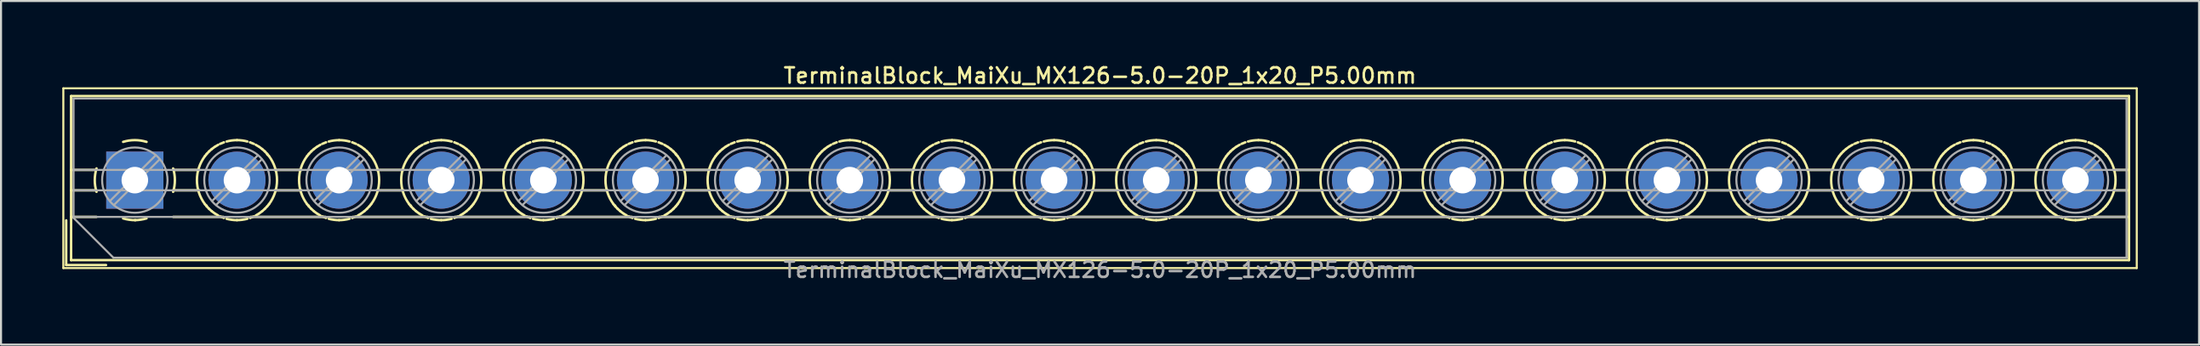
<source format=kicad_pcb>
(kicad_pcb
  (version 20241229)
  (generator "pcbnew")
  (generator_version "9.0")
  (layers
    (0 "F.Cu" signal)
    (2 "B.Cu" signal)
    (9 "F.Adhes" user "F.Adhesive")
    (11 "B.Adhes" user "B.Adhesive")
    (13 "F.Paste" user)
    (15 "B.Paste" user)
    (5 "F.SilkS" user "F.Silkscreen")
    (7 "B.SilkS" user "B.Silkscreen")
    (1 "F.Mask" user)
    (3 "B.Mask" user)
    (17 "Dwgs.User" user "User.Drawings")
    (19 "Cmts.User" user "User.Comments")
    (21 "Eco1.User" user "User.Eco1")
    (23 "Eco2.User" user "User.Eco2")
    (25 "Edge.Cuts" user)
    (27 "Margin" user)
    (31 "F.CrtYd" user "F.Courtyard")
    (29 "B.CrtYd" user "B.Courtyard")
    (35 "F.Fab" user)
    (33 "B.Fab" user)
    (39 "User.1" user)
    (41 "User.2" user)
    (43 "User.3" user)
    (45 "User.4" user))
  (footprint "TerminalBlock_MaiXu_MX126-5.0-20P_1x20_P5.00mm"
    (layer "F.Cu")
    (at 3.55 5.778)
    (property "Reference" "TerminalBlock_MaiXu_MX126-5.0-20P_1x20_P5.00mm" (at 47.25 -5.12 0) (layer "F.SilkS") (effects (font (size 0.75 0.75) (thickness 0.125))))
    (attr through_hole)
    (fp_line (start -3.5 -4.5) (end -3.5 4.31) (stroke (width 0.1) (type solid)) (layer "F.SilkS"))
    (fp_line (start -3.5 4.31) (end 98 4.31) (stroke (width 0.1) (type solid)) (layer "F.SilkS"))
    (fp_line (start -3.36 1.97) (end -3.36 4.16) (stroke (width 0.12) (type solid)) (layer "F.SilkS"))
    (fp_line (start -3.36 4.16) (end -1.41 4.16) (stroke (width 0.12) (type solid)) (layer "F.SilkS"))
    (fp_line (start -3.12 -4.12) (end -3.12 3.92) (stroke (width 0.12) (type solid)) (layer "F.SilkS"))
    (fp_line (start -3.12 -4.12) (end 97.62 -4.12) (stroke (width 0.12) (type solid)) (layer "F.SilkS"))
    (fp_line (start -3.12 -0.5) (end -1.88 -0.5) (stroke (width 0.12) (type solid)) (layer "F.SilkS"))
    (fp_line (start -3.12 0.5) (end -1.88 0.5) (stroke (width 0.12) (type solid)) (layer "F.SilkS"))
    (fp_line (start -3.12 1.8) (end -1.88 1.8) (stroke (width 0.12) (type solid)) (layer "F.SilkS"))
    (fp_line (start -3.12 3.92) (end 97.62 3.92) (stroke (width 0.12) (type solid)) (layer "F.SilkS"))
    (fp_line (start 1.88 -0.5) (end 3.165 -0.5) (stroke (width 0.12) (type solid)) (layer "F.SilkS"))
    (fp_line (start 1.88 0.5) (end 3.165 0.5) (stroke (width 0.12) (type solid)) (layer "F.SilkS"))
    (fp_line (start 1.88 1.8) (end 4.331 1.8) (stroke (width 0.12) (type solid)) (layer "F.SilkS"))
    (fp_line (start 3.514 1.248) (end 3.514 1.248) (stroke (width 0.12) (type solid)) (layer "F.SilkS"))
    (fp_line (start 5.67 1.8) (end 9.331 1.8) (stroke (width 0.12) (type solid)) (layer "F.SilkS"))
    (fp_line (start 6.487 -1.248) (end 6.487 -1.248) (stroke (width 0.12) (type solid)) (layer "F.SilkS"))
    (fp_line (start 6.836 -0.5) (end 8.165 -0.5) (stroke (width 0.12) (type solid)) (layer "F.SilkS"))
    (fp_line (start 6.836 0.5) (end 8.165 0.5) (stroke (width 0.12) (type solid)) (layer "F.SilkS"))
    (fp_line (start 8.514 1.248) (end 8.514 1.248) (stroke (width 0.12) (type solid)) (layer "F.SilkS"))
    (fp_line (start 10.67 1.8) (end 14.331 1.8) (stroke (width 0.12) (type solid)) (layer "F.SilkS"))
    (fp_line (start 11.487 -1.248) (end 11.487 -1.248) (stroke (width 0.12) (type solid)) (layer "F.SilkS"))
    (fp_line (start 11.836 -0.5) (end 13.165 -0.5) (stroke (width 0.12) (type solid)) (layer "F.SilkS"))
    (fp_line (start 11.836 0.5) (end 13.165 0.5) (stroke (width 0.12) (type solid)) (layer "F.SilkS"))
    (fp_line (start 13.514 1.248) (end 13.514 1.248) (stroke (width 0.12) (type solid)) (layer "F.SilkS"))
    (fp_line (start 15.67 1.8) (end 19.331 1.8) (stroke (width 0.12) (type solid)) (layer "F.SilkS"))
    (fp_line (start 16.487 -1.248) (end 16.487 -1.248) (stroke (width 0.12) (type solid)) (layer "F.SilkS"))
    (fp_line (start 16.836 -0.5) (end 18.165 -0.5) (stroke (width 0.12) (type solid)) (layer "F.SilkS"))
    (fp_line (start 16.836 0.5) (end 18.165 0.5) (stroke (width 0.12) (type solid)) (layer "F.SilkS"))
    (fp_line (start 18.514 1.248) (end 18.514 1.248) (stroke (width 0.12) (type solid)) (layer "F.SilkS"))
    (fp_line (start 20.67 1.8) (end 24.331 1.8) (stroke (width 0.12) (type solid)) (layer "F.SilkS"))
    (fp_line (start 21.487 -1.248) (end 21.487 -1.248) (stroke (width 0.12) (type solid)) (layer "F.SilkS"))
    (fp_line (start 21.836 -0.5) (end 23.165 -0.5) (stroke (width 0.12) (type solid)) (layer "F.SilkS"))
    (fp_line (start 21.836 0.5) (end 23.165 0.5) (stroke (width 0.12) (type solid)) (layer "F.SilkS"))
    (fp_line (start 23.514 1.248) (end 23.514 1.248) (stroke (width 0.12) (type solid)) (layer "F.SilkS"))
    (fp_line (start 25.67 1.8) (end 29.331 1.8) (stroke (width 0.12) (type solid)) (layer "F.SilkS"))
    (fp_line (start 26.487 -1.248) (end 26.487 -1.248) (stroke (width 0.12) (type solid)) (layer "F.SilkS"))
    (fp_line (start 26.836 -0.5) (end 28.165 -0.5) (stroke (width 0.12) (type solid)) (layer "F.SilkS"))
    (fp_line (start 26.836 0.5) (end 28.165 0.5) (stroke (width 0.12) (type solid)) (layer "F.SilkS"))
    (fp_line (start 28.514 1.248) (end 28.514 1.248) (stroke (width 0.12) (type solid)) (layer "F.SilkS"))
    (fp_line (start 30.67 1.8) (end 34.331 1.8) (stroke (width 0.12) (type solid)) (layer "F.SilkS"))
    (fp_line (start 31.487 -1.248) (end 31.487 -1.248) (stroke (width 0.12) (type solid)) (layer "F.SilkS"))
    (fp_line (start 31.836 -0.5) (end 33.165 -0.5) (stroke (width 0.12) (type solid)) (layer "F.SilkS"))
    (fp_line (start 31.836 0.5) (end 33.165 0.5) (stroke (width 0.12) (type solid)) (layer "F.SilkS"))
    (fp_line (start 33.514 1.248) (end 33.514 1.248) (stroke (width 0.12) (type solid)) (layer "F.SilkS"))
    (fp_line (start 35.67 1.8) (end 39.331 1.8) (stroke (width 0.12) (type solid)) (layer "F.SilkS"))
    (fp_line (start 36.487 -1.248) (end 36.487 -1.248) (stroke (width 0.12) (type solid)) (layer "F.SilkS"))
    (fp_line (start 36.836 -0.5) (end 38.165 -0.5) (stroke (width 0.12) (type solid)) (layer "F.SilkS"))
    (fp_line (start 36.836 0.5) (end 38.165 0.5) (stroke (width 0.12) (type solid)) (layer "F.SilkS"))
    (fp_line (start 38.514 1.248) (end 38.514 1.248) (stroke (width 0.12) (type solid)) (layer "F.SilkS"))
    (fp_line (start 40.67 1.8) (end 44.331 1.8) (stroke (width 0.12) (type solid)) (layer "F.SilkS"))
    (fp_line (start 41.487 -1.248) (end 41.487 -1.248) (stroke (width 0.12) (type solid)) (layer "F.SilkS"))
    (fp_line (start 41.836 -0.5) (end 43.165 -0.5) (stroke (width 0.12) (type solid)) (layer "F.SilkS"))
    (fp_line (start 41.836 0.5) (end 43.165 0.5) (stroke (width 0.12) (type solid)) (layer "F.SilkS"))
    (fp_line (start 43.514 1.248) (end 43.514 1.248) (stroke (width 0.12) (type solid)) (layer "F.SilkS"))
    (fp_line (start 45.67 1.8) (end 49.331 1.8) (stroke (width 0.12) (type solid)) (layer "F.SilkS"))
    (fp_line (start 46.487 -1.248) (end 46.487 -1.248) (stroke (width 0.12) (type solid)) (layer "F.SilkS"))
    (fp_line (start 46.836 -0.5) (end 48.165 -0.5) (stroke (width 0.12) (type solid)) (layer "F.SilkS"))
    (fp_line (start 46.836 0.5) (end 48.165 0.5) (stroke (width 0.12) (type solid)) (layer "F.SilkS"))
    (fp_line (start 48.514 1.248) (end 48.514 1.248) (stroke (width 0.12) (type solid)) (layer "F.SilkS"))
    (fp_line (start 50.67 1.8) (end 54.331 1.8) (stroke (width 0.12) (type solid)) (layer "F.SilkS"))
    (fp_line (start 51.487 -1.248) (end 51.487 -1.248) (stroke (width 0.12) (type solid)) (layer "F.SilkS"))
    (fp_line (start 51.836 -0.5) (end 53.165 -0.5) (stroke (width 0.12) (type solid)) (layer "F.SilkS"))
    (fp_line (start 51.836 0.5) (end 53.165 0.5) (stroke (width 0.12) (type solid)) (layer "F.SilkS"))
    (fp_line (start 53.514 1.248) (end 53.514 1.248) (stroke (width 0.12) (type solid)) (layer "F.SilkS"))
    (fp_line (start 55.67 1.8) (end 59.331 1.8) (stroke (width 0.12) (type solid)) (layer "F.SilkS"))
    (fp_line (start 56.487 -1.248) (end 56.487 -1.248) (stroke (width 0.12) (type solid)) (layer "F.SilkS"))
    (fp_line (start 56.836 -0.5) (end 58.165 -0.5) (stroke (width 0.12) (type solid)) (layer "F.SilkS"))
    (fp_line (start 56.836 0.5) (end 58.165 0.5) (stroke (width 0.12) (type solid)) (layer "F.SilkS"))
    (fp_line (start 58.514 1.248) (end 58.514 1.248) (stroke (width 0.12) (type solid)) (layer "F.SilkS"))
    (fp_line (start 60.67 1.8) (end 64.331 1.8) (stroke (width 0.12) (type solid)) (layer "F.SilkS"))
    (fp_line (start 61.487 -1.248) (end 61.487 -1.248) (stroke (width 0.12) (type solid)) (layer "F.SilkS"))
    (fp_line (start 61.836 -0.5) (end 63.165 -0.5) (stroke (width 0.12) (type solid)) (layer "F.SilkS"))
    (fp_line (start 61.836 0.5) (end 63.165 0.5) (stroke (width 0.12) (type solid)) (layer "F.SilkS"))
    (fp_line (start 63.514 1.248) (end 63.514 1.248) (stroke (width 0.12) (type solid)) (layer "F.SilkS"))
    (fp_line (start 65.67 1.8) (end 69.331 1.8) (stroke (width 0.12) (type solid)) (layer "F.SilkS"))
    (fp_line (start 66.487 -1.248) (end 66.487 -1.248) (stroke (width 0.12) (type solid)) (layer "F.SilkS"))
    (fp_line (start 66.836 -0.5) (end 68.165 -0.5) (stroke (width 0.12) (type solid)) (layer "F.SilkS"))
    (fp_line (start 66.836 0.5) (end 68.165 0.5) (stroke (width 0.12) (type solid)) (layer "F.SilkS"))
    (fp_line (start 68.514 1.248) (end 68.514 1.248) (stroke (width 0.12) (type solid)) (layer "F.SilkS"))
    (fp_line (start 70.67 1.8) (end 74.331 1.8) (stroke (width 0.12) (type solid)) (layer "F.SilkS"))
    (fp_line (start 71.487 -1.248) (end 71.487 -1.248) (stroke (width 0.12) (type solid)) (layer "F.SilkS"))
    (fp_line (start 71.836 -0.5) (end 73.165 -0.5) (stroke (width 0.12) (type solid)) (layer "F.SilkS"))
    (fp_line (start 71.836 0.5) (end 73.165 0.5) (stroke (width 0.12) (type solid)) (layer "F.SilkS"))
    (fp_line (start 73.514 1.248) (end 73.514 1.248) (stroke (width 0.12) (type solid)) (layer "F.SilkS"))
    (fp_line (start 75.67 1.8) (end 79.331 1.8) (stroke (width 0.12) (type solid)) (layer "F.SilkS"))
    (fp_line (start 76.487 -1.248) (end 76.487 -1.248) (stroke (width 0.12) (type solid)) (layer "F.SilkS"))
    (fp_line (start 76.836 -0.5) (end 78.165 -0.5) (stroke (width 0.12) (type solid)) (layer "F.SilkS"))
    (fp_line (start 76.836 0.5) (end 78.165 0.5) (stroke (width 0.12) (type solid)) (layer "F.SilkS"))
    (fp_line (start 78.514 1.248) (end 78.514 1.248) (stroke (width 0.12) (type solid)) (layer "F.SilkS"))
    (fp_line (start 80.67 1.8) (end 84.331 1.8) (stroke (width 0.12) (type solid)) (layer "F.SilkS"))
    (fp_line (start 81.487 -1.248) (end 81.487 -1.248) (stroke (width 0.12) (type solid)) (layer "F.SilkS"))
    (fp_line (start 81.836 -0.5) (end 83.165 -0.5) (stroke (width 0.12) (type solid)) (layer "F.SilkS"))
    (fp_line (start 81.836 0.5) (end 83.165 0.5) (stroke (width 0.12) (type solid)) (layer "F.SilkS"))
    (fp_line (start 83.514 1.248) (end 83.514 1.248) (stroke (width 0.12) (type solid)) (layer "F.SilkS"))
    (fp_line (start 85.67 1.8) (end 89.331 1.8) (stroke (width 0.12) (type solid)) (layer "F.SilkS"))
    (fp_line (start 86.487 -1.248) (end 86.487 -1.248) (stroke (width 0.12) (type solid)) (layer "F.SilkS"))
    (fp_line (start 86.836 -0.5) (end 88.165 -0.5) (stroke (width 0.12) (type solid)) (layer "F.SilkS"))
    (fp_line (start 86.836 0.5) (end 88.165 0.5) (stroke (width 0.12) (type solid)) (layer "F.SilkS"))
    (fp_line (start 88.514 1.248) (end 88.514 1.248) (stroke (width 0.12) (type solid)) (layer "F.SilkS"))
    (fp_line (start 90.67 1.8) (end 94.331 1.8) (stroke (width 0.12) (type solid)) (layer "F.SilkS"))
    (fp_line (start 91.487 -1.248) (end 91.487 -1.248) (stroke (width 0.12) (type solid)) (layer "F.SilkS"))
    (fp_line (start 91.836 -0.5) (end 93.165 -0.5) (stroke (width 0.12) (type solid)) (layer "F.SilkS"))
    (fp_line (start 91.836 0.5) (end 93.165 0.5) (stroke (width 0.12) (type solid)) (layer "F.SilkS"))
    (fp_line (start 93.514 1.248) (end 93.514 1.248) (stroke (width 0.12) (type solid)) (layer "F.SilkS"))
    (fp_line (start 95.67 1.8) (end 97.62 1.8) (stroke (width 0.12) (type solid)) (layer "F.SilkS"))
    (fp_line (start 96.487 -1.248) (end 96.487 -1.248) (stroke (width 0.12) (type solid)) (layer "F.SilkS"))
    (fp_line (start 96.836 -0.5) (end 97.62 -0.5) (stroke (width 0.12) (type solid)) (layer "F.SilkS"))
    (fp_line (start 96.836 0.5) (end 97.62 0.5) (stroke (width 0.12) (type solid)) (layer "F.SilkS"))
    (fp_line (start 97.62 -4.12) (end 97.62 3.92) (stroke (width 0.12) (type solid)) (layer "F.SilkS"))
    (fp_line (start 98 -4.5) (end -3.5 -4.5) (stroke (width 0.1) (type solid)) (layer "F.SilkS"))
    (fp_line (start 98 4.31) (end 98 -4.5) (stroke (width 0.1) (type solid)) (layer "F.SilkS"))
    (fp_arc (start -1.875422 0.572619) (mid -1.960893 -0.000722) (end -1.875 -0.574) (stroke (width 0.12) (type solid)) (layer "F.SilkS"))
    (fp_arc (start -0.572619 -1.875422) (mid 0.000722 -1.960893) (end 0.574 -1.875) (stroke (width 0.12) (type solid)) (layer "F.SilkS"))
    (fp_arc (start 0.0335 1.960607) (mid -0.273618 1.941709) (end -0.574 1.875) (stroke (width 0.12) (type solid)) (layer "F.SilkS"))
    (fp_arc (start 0.573049 1.874357) (mid 0.289706 1.938471) (end 0 1.96) (stroke (width 0.12) (type solid)) (layer "F.SilkS"))
    (fp_arc (start 1.875422 -0.572619) (mid 1.960893 0.000722) (end 1.875 0.574) (stroke (width 0.12) (type solid)) (layer "F.SilkS"))
    (fp_arc (start 3.434339 1.179122) (mid 3.039994 -0.000549) (end 3.435 -1.18) (stroke (width 0.12) (type solid)) (layer "F.SilkS"))
    (fp_arc (start 3.434826 -1.180695) (mid 3.476985 -1.2346) (end 3.521 -1.287) (stroke (width 0.12) (type solid)) (layer "F.SilkS"))
    (fp_arc (start 3.521125 1.286294) (mid 3.477135 1.233899) (end 3.435 1.18) (stroke (width 0.12) (type solid)) (layer "F.SilkS"))
    (fp_arc (start 3.521202 -1.287012) (mid 3.578748 -1.350291) (end 3.639 -1.411) (stroke (width 0.12) (type solid)) (layer "F.SilkS"))
    (fp_arc (start 3.63871 1.41001) (mid 3.578502 1.349289) (end 3.521 1.286) (stroke (width 0.12) (type solid)) (layer "F.SilkS"))
    (fp_arc (start 3.638867 -1.410738) (mid 3.701698 -1.468767) (end 3.767 -1.524) (stroke (width 0.12) (type solid)) (layer "F.SilkS"))
    (fp_arc (start 3.767069 1.523253) (mid 3.701799 1.468024) (end 3.639 1.41) (stroke (width 0.12) (type solid)) (layer "F.SilkS"))
    (fp_arc (start 3.767452 -1.524377) (mid 3.835117 -1.576689) (end 3.905 -1.626) (stroke (width 0.12) (type solid)) (layer "F.SilkS"))
    (fp_arc (start 3.904517 1.625664) (mid 3.834649 1.576332) (end 3.767 1.524) (stroke (width 0.12) (type solid)) (layer "F.SilkS"))
    (fp_arc (start 3.93363 -1.644317) (mid 4.00637 -1.689266) (end 4.081 -1.731) (stroke (width 0.12) (type solid)) (layer "F.SilkS"))
    (fp_arc (start 4.080344 1.730739) (mid 4.005726 1.688977) (end 3.933 1.644) (stroke (width 0.12) (type solid)) (layer "F.SilkS"))
    (fp_arc (start 4.172694 -1.777259) (mid 4.266842 -1.818121) (end 4.363 -1.854) (stroke (width 0.12) (type solid)) (layer "F.SilkS"))
    (fp_arc (start 4.362283 1.853815) (mid 4.266136 1.817899) (end 4.172 1.777) (stroke (width 0.12) (type solid)) (layer "F.SilkS"))
    (fp_arc (start 4.493681 -1.893473) (mid 4.74516 -1.943362) (end 5.001 -1.96) (stroke (width 0.12) (type solid)) (layer "F.SilkS"))
    (fp_arc (start 5.000479 1.960685) (mid 4.744554 1.943973) (end 4.493 1.894) (stroke (width 0.12) (type solid)) (layer "F.SilkS"))
    (fp_arc (start 5.000487 -1.960944) (mid 5.256437 -1.944104) (end 5.508 -1.894) (stroke (width 0.12) (type solid)) (layer "F.SilkS"))
    (fp_arc (start 5.507285 1.893215) (mid 5.255831 1.943232) (end 5 1.96) (stroke (width 0.12) (type solid)) (layer "F.SilkS"))
    (fp_arc (start 5.638712 -1.85392) (mid 5.734863 -1.817951) (end 5.829 -1.777) (stroke (width 0.12) (type solid)) (layer "F.SilkS"))
    (fp_arc (start 5.829295 1.77705) (mid 5.735155 1.818016) (end 5.639 1.854) (stroke (width 0.12) (type solid)) (layer "F.SilkS"))
    (fp_arc (start 5.920652 -1.730826) (mid 5.995273 -1.689021) (end 6.068 -1.644) (stroke (width 0.12) (type solid)) (layer "F.SilkS"))
    (fp_arc (start 6.068362 1.644143) (mid 5.995629 1.689179) (end 5.921 1.731) (stroke (width 0.12) (type solid)) (layer "F.SilkS"))
    (fp_arc (start 6.096479 -1.625751) (mid 6.16635 -1.576376) (end 6.234 -1.524) (stroke (width 0.12) (type solid)) (layer "F.SilkS"))
    (fp_arc (start 6.233457 1.523294) (mid 6.165838 1.575647) (end 6.096 1.625) (stroke (width 0.12) (type solid)) (layer "F.SilkS"))
    (fp_arc (start 6.233928 -1.523341) (mid 6.2992 -1.468068) (end 6.362 -1.41) (stroke (width 0.12) (type solid)) (layer "F.SilkS"))
    (fp_arc (start 6.36213 1.410651) (mid 6.299301 1.468723) (end 6.234 1.524) (stroke (width 0.12) (type solid)) (layer "F.SilkS"))
    (fp_arc (start 6.362286 -1.410097) (mid 6.422497 -1.349333) (end 6.48 -1.286) (stroke (width 0.12) (type solid)) (layer "F.SilkS"))
    (fp_arc (start 6.479707 1.285928) (mid 6.422207 1.349248) (end 6.362 1.41) (stroke (width 0.12) (type solid)) (layer "F.SilkS"))
    (fp_arc (start 6.479873 -1.286364) (mid 6.523865 -1.233934) (end 6.566 -1.18) (stroke (width 0.12) (type solid)) (layer "F.SilkS"))
    (fp_arc (start 6.565937 -1.180084) (mid 6.960805 -0.000052) (end 6.566 1.18) (stroke (width 0.12) (type solid)) (layer "F.SilkS"))
    (fp_arc (start 6.566102 1.179628) (mid 6.523979 1.233565) (end 6.48 1.286) (stroke (width 0.12) (type solid)) (layer "F.SilkS"))
    (fp_arc (start 8.434339 1.179122) (mid 8.039994 -0.000549) (end 8.435 -1.18) (stroke (width 0.12) (type solid)) (layer "F.SilkS"))
    (fp_arc (start 8.434826 -1.180695) (mid 8.476985 -1.2346) (end 8.521 -1.287) (stroke (width 0.12) (type solid)) (layer "F.SilkS"))
    (fp_arc (start 8.521125 1.286294) (mid 8.477135 1.233899) (end 8.435 1.18) (stroke (width 0.12) (type solid)) (layer "F.SilkS"))
    (fp_arc (start 8.521202 -1.287012) (mid 8.578748 -1.350291) (end 8.639 -1.411) (stroke (width 0.12) (type solid)) (layer "F.SilkS"))
    (fp_arc (start 8.63871 1.41001) (mid 8.578502 1.349289) (end 8.521 1.286) (stroke (width 0.12) (type solid)) (layer "F.SilkS"))
    (fp_arc (start 8.638867 -1.410738) (mid 8.701698 -1.468767) (end 8.767 -1.524) (stroke (width 0.12) (type solid)) (layer "F.SilkS"))
    (fp_arc (start 8.767069 1.523253) (mid 8.701799 1.468024) (end 8.639 1.41) (stroke (width 0.12) (type solid)) (layer "F.SilkS"))
    (fp_arc (start 8.767452 -1.524377) (mid 8.835117 -1.576689) (end 8.905 -1.626) (stroke (width 0.12) (type solid)) (layer "F.SilkS"))
    (fp_arc (start 8.904517 1.625664) (mid 8.834649 1.576332) (end 8.767 1.524) (stroke (width 0.12) (type solid)) (layer "F.SilkS"))
    (fp_arc (start 8.93363 -1.644317) (mid 9.00637 -1.689266) (end 9.081 -1.731) (stroke (width 0.12) (type solid)) (layer "F.SilkS"))
    (fp_arc (start 9.080344 1.730739) (mid 9.005726 1.688977) (end 8.933 1.644) (stroke (width 0.12) (type solid)) (layer "F.SilkS"))
    (fp_arc (start 9.172694 -1.777259) (mid 9.266842 -1.818121) (end 9.363 -1.854) (stroke (width 0.12) (type solid)) (layer "F.SilkS"))
    (fp_arc (start 9.362283 1.853815) (mid 9.266136 1.817899) (end 9.172 1.777) (stroke (width 0.12) (type solid)) (layer "F.SilkS"))
    (fp_arc (start 9.493681 -1.893473) (mid 9.74516 -1.943362) (end 10.001 -1.96) (stroke (width 0.12) (type solid)) (layer "F.SilkS"))
    (fp_arc (start 10.000479 1.960685) (mid 9.744554 1.943973) (end 9.493 1.894) (stroke (width 0.12) (type solid)) (layer "F.SilkS"))
    (fp_arc (start 10.000487 -1.960944) (mid 10.256437 -1.944104) (end 10.508 -1.894) (stroke (width 0.12) (type solid)) (layer "F.SilkS"))
    (fp_arc (start 10.507285 1.893215) (mid 10.255831 1.943232) (end 10 1.96) (stroke (width 0.12) (type solid)) (layer "F.SilkS"))
    (fp_arc (start 10.638712 -1.85392) (mid 10.734863 -1.817951) (end 10.829 -1.777) (stroke (width 0.12) (type solid)) (layer "F.SilkS"))
    (fp_arc (start 10.829295 1.77705) (mid 10.735155 1.818016) (end 10.639 1.854) (stroke (width 0.12) (type solid)) (layer "F.SilkS"))
    (fp_arc (start 10.920652 -1.730826) (mid 10.995273 -1.689021) (end 11.068 -1.644) (stroke (width 0.12) (type solid)) (layer "F.SilkS"))
    (fp_arc (start 11.068362 1.644143) (mid 10.995629 1.689179) (end 10.921 1.731) (stroke (width 0.12) (type solid)) (layer "F.SilkS"))
    (fp_arc (start 11.096479 -1.625751) (mid 11.16635 -1.576376) (end 11.234 -1.524) (stroke (width 0.12) (type solid)) (layer "F.SilkS"))
    (fp_arc (start 11.233457 1.523294) (mid 11.165838 1.575647) (end 11.096 1.625) (stroke (width 0.12) (type solid)) (layer "F.SilkS"))
    (fp_arc (start 11.233928 -1.523341) (mid 11.2992 -1.468068) (end 11.362 -1.41) (stroke (width 0.12) (type solid)) (layer "F.SilkS"))
    (fp_arc (start 11.36213 1.410651) (mid 11.299301 1.468723) (end 11.234 1.524) (stroke (width 0.12) (type solid)) (layer "F.SilkS"))
    (fp_arc (start 11.362286 -1.410097) (mid 11.422497 -1.349333) (end 11.48 -1.286) (stroke (width 0.12) (type solid)) (layer "F.SilkS"))
    (fp_arc (start 11.479707 1.285928) (mid 11.422207 1.349248) (end 11.362 1.41) (stroke (width 0.12) (type solid)) (layer "F.SilkS"))
    (fp_arc (start 11.479873 -1.286364) (mid 11.523865 -1.233934) (end 11.566 -1.18) (stroke (width 0.12) (type solid)) (layer "F.SilkS"))
    (fp_arc (start 11.565937 -1.180084) (mid 11.960805 -0.000052) (end 11.566 1.18) (stroke (width 0.12) (type solid)) (layer "F.SilkS"))
    (fp_arc (start 11.566102 1.179628) (mid 11.523979 1.233565) (end 11.48 1.286) (stroke (width 0.12) (type solid)) (layer "F.SilkS"))
    (fp_arc (start 13.434339 1.179122) (mid 13.039994 -0.000549) (end 13.435 -1.18) (stroke (width 0.12) (type solid)) (layer "F.SilkS"))
    (fp_arc (start 13.434826 -1.180695) (mid 13.476985 -1.2346) (end 13.521 -1.287) (stroke (width 0.12) (type solid)) (layer "F.SilkS"))
    (fp_arc (start 13.521125 1.286294) (mid 13.477135 1.233899) (end 13.435 1.18) (stroke (width 0.12) (type solid)) (layer "F.SilkS"))
    (fp_arc (start 13.521202 -1.287012) (mid 13.578748 -1.350291) (end 13.639 -1.411) (stroke (width 0.12) (type solid)) (layer "F.SilkS"))
    (fp_arc (start 13.63871 1.41001) (mid 13.578502 1.349289) (end 13.521 1.286) (stroke (width 0.12) (type solid)) (layer "F.SilkS"))
    (fp_arc (start 13.638867 -1.410738) (mid 13.701698 -1.468767) (end 13.767 -1.524) (stroke (width 0.12) (type solid)) (layer "F.SilkS"))
    (fp_arc (start 13.767069 1.523253) (mid 13.701799 1.468024) (end 13.639 1.41) (stroke (width 0.12) (type solid)) (layer "F.SilkS"))
    (fp_arc (start 13.767452 -1.524377) (mid 13.835117 -1.576689) (end 13.905 -1.626) (stroke (width 0.12) (type solid)) (layer "F.SilkS"))
    (fp_arc (start 13.904517 1.625664) (mid 13.834649 1.576332) (end 13.767 1.524) (stroke (width 0.12) (type solid)) (layer "F.SilkS"))
    (fp_arc (start 13.93363 -1.644317) (mid 14.00637 -1.689266) (end 14.081 -1.731) (stroke (width 0.12) (type solid)) (layer "F.SilkS"))
    (fp_arc (start 14.080344 1.730739) (mid 14.005726 1.688977) (end 13.933 1.644) (stroke (width 0.12) (type solid)) (layer "F.SilkS"))
    (fp_arc (start 14.172694 -1.777259) (mid 14.266842 -1.818121) (end 14.363 -1.854) (stroke (width 0.12) (type solid)) (layer "F.SilkS"))
    (fp_arc (start 14.362283 1.853815) (mid 14.266136 1.817899) (end 14.172 1.777) (stroke (width 0.12) (type solid)) (layer "F.SilkS"))
    (fp_arc (start 14.493681 -1.893473) (mid 14.74516 -1.943362) (end 15.001 -1.96) (stroke (width 0.12) (type solid)) (layer "F.SilkS"))
    (fp_arc (start 15.000479 1.960685) (mid 14.744554 1.943973) (end 14.493 1.894) (stroke (width 0.12) (type solid)) (layer "F.SilkS"))
    (fp_arc (start 15.000487 -1.960944) (mid 15.256437 -1.944104) (end 15.508 -1.894) (stroke (width 0.12) (type solid)) (layer "F.SilkS"))
    (fp_arc (start 15.507285 1.893215) (mid 15.255831 1.943232) (end 15 1.96) (stroke (width 0.12) (type solid)) (layer "F.SilkS"))
    (fp_arc (start 15.638712 -1.85392) (mid 15.734863 -1.817951) (end 15.829 -1.777) (stroke (width 0.12) (type solid)) (layer "F.SilkS"))
    (fp_arc (start 15.829295 1.77705) (mid 15.735155 1.818016) (end 15.639 1.854) (stroke (width 0.12) (type solid)) (layer "F.SilkS"))
    (fp_arc (start 15.920652 -1.730826) (mid 15.995273 -1.689021) (end 16.068 -1.644) (stroke (width 0.12) (type solid)) (layer "F.SilkS"))
    (fp_arc (start 16.068362 1.644143) (mid 15.995629 1.689179) (end 15.921 1.731) (stroke (width 0.12) (type solid)) (layer "F.SilkS"))
    (fp_arc (start 16.096479 -1.625751) (mid 16.16635 -1.576376) (end 16.234 -1.524) (stroke (width 0.12) (type solid)) (layer "F.SilkS"))
    (fp_arc (start 16.233457 1.523294) (mid 16.165838 1.575647) (end 16.096 1.625) (stroke (width 0.12) (type solid)) (layer "F.SilkS"))
    (fp_arc (start 16.233928 -1.523341) (mid 16.2992 -1.468068) (end 16.362 -1.41) (stroke (width 0.12) (type solid)) (layer "F.SilkS"))
    (fp_arc (start 16.36213 1.410651) (mid 16.299301 1.468723) (end 16.234 1.524) (stroke (width 0.12) (type solid)) (layer "F.SilkS"))
    (fp_arc (start 16.362286 -1.410097) (mid 16.422497 -1.349333) (end 16.48 -1.286) (stroke (width 0.12) (type solid)) (layer "F.SilkS"))
    (fp_arc (start 16.479707 1.285928) (mid 16.422207 1.349248) (end 16.362 1.41) (stroke (width 0.12) (type solid)) (layer "F.SilkS"))
    (fp_arc (start 16.479873 -1.286364) (mid 16.523865 -1.233934) (end 16.566 -1.18) (stroke (width 0.12) (type solid)) (layer "F.SilkS"))
    (fp_arc (start 16.565937 -1.180084) (mid 16.960805 -0.000052) (end 16.566 1.18) (stroke (width 0.12) (type solid)) (layer "F.SilkS"))
    (fp_arc (start 16.566102 1.179628) (mid 16.523979 1.233565) (end 16.48 1.286) (stroke (width 0.12) (type solid)) (layer "F.SilkS"))
    (fp_arc (start 18.434339 1.179122) (mid 18.039994 -0.000549) (end 18.435 -1.18) (stroke (width 0.12) (type solid)) (layer "F.SilkS"))
    (fp_arc (start 18.434826 -1.180695) (mid 18.476985 -1.2346) (end 18.521 -1.287) (stroke (width 0.12) (type solid)) (layer "F.SilkS"))
    (fp_arc (start 18.521125 1.286294) (mid 18.477135 1.233899) (end 18.435 1.18) (stroke (width 0.12) (type solid)) (layer "F.SilkS"))
    (fp_arc (start 18.521202 -1.287012) (mid 18.578748 -1.350291) (end 18.639 -1.411) (stroke (width 0.12) (type solid)) (layer "F.SilkS"))
    (fp_arc (start 18.63871 1.41001) (mid 18.578502 1.349289) (end 18.521 1.286) (stroke (width 0.12) (type solid)) (layer "F.SilkS"))
    (fp_arc (start 18.638867 -1.410738) (mid 18.701698 -1.468767) (end 18.767 -1.524) (stroke (width 0.12) (type solid)) (layer "F.SilkS"))
    (fp_arc (start 18.767069 1.523253) (mid 18.701799 1.468024) (end 18.639 1.41) (stroke (width 0.12) (type solid)) (layer "F.SilkS"))
    (fp_arc (start 18.767452 -1.524377) (mid 18.835117 -1.576689) (end 18.905 -1.626) (stroke (width 0.12) (type solid)) (layer "F.SilkS"))
    (fp_arc (start 18.904517 1.625664) (mid 18.834649 1.576332) (end 18.767 1.524) (stroke (width 0.12) (type solid)) (layer "F.SilkS"))
    (fp_arc (start 18.93363 -1.644317) (mid 19.00637 -1.689266) (end 19.081 -1.731) (stroke (width 0.12) (type solid)) (layer "F.SilkS"))
    (fp_arc (start 19.080344 1.730739) (mid 19.005726 1.688977) (end 18.933 1.644) (stroke (width 0.12) (type solid)) (layer "F.SilkS"))
    (fp_arc (start 19.172694 -1.777259) (mid 19.266842 -1.818121) (end 19.363 -1.854) (stroke (width 0.12) (type solid)) (layer "F.SilkS"))
    (fp_arc (start 19.362283 1.853815) (mid 19.266136 1.817899) (end 19.172 1.777) (stroke (width 0.12) (type solid)) (layer "F.SilkS"))
    (fp_arc (start 19.493681 -1.893473) (mid 19.74516 -1.943362) (end 20.001 -1.96) (stroke (width 0.12) (type solid)) (layer "F.SilkS"))
    (fp_arc (start 20.000479 1.960685) (mid 19.744554 1.943973) (end 19.493 1.894) (stroke (width 0.12) (type solid)) (layer "F.SilkS"))
    (fp_arc (start 20.000487 -1.960944) (mid 20.256437 -1.944104) (end 20.508 -1.894) (stroke (width 0.12) (type solid)) (layer "F.SilkS"))
    (fp_arc (start 20.507285 1.893215) (mid 20.255831 1.943232) (end 20 1.96) (stroke (width 0.12) (type solid)) (layer "F.SilkS"))
    (fp_arc (start 20.638712 -1.85392) (mid 20.734863 -1.817951) (end 20.829 -1.777) (stroke (width 0.12) (type solid)) (layer "F.SilkS"))
    (fp_arc (start 20.829295 1.77705) (mid 20.735155 1.818016) (end 20.639 1.854) (stroke (width 0.12) (type solid)) (layer "F.SilkS"))
    (fp_arc (start 20.920652 -1.730826) (mid 20.995273 -1.689021) (end 21.068 -1.644) (stroke (width 0.12) (type solid)) (layer "F.SilkS"))
    (fp_arc (start 21.068362 1.644143) (mid 20.995629 1.689179) (end 20.921 1.731) (stroke (width 0.12) (type solid)) (layer "F.SilkS"))
    (fp_arc (start 21.096479 -1.625751) (mid 21.16635 -1.576376) (end 21.234 -1.524) (stroke (width 0.12) (type solid)) (layer "F.SilkS"))
    (fp_arc (start 21.233457 1.523294) (mid 21.165838 1.575647) (end 21.096 1.625) (stroke (width 0.12) (type solid)) (layer "F.SilkS"))
    (fp_arc (start 21.233928 -1.523341) (mid 21.2992 -1.468068) (end 21.362 -1.41) (stroke (width 0.12) (type solid)) (layer "F.SilkS"))
    (fp_arc (start 21.36213 1.410651) (mid 21.299301 1.468723) (end 21.234 1.524) (stroke (width 0.12) (type solid)) (layer "F.SilkS"))
    (fp_arc (start 21.362286 -1.410097) (mid 21.422497 -1.349333) (end 21.48 -1.286) (stroke (width 0.12) (type solid)) (layer "F.SilkS"))
    (fp_arc (start 21.479707 1.285928) (mid 21.422207 1.349248) (end 21.362 1.41) (stroke (width 0.12) (type solid)) (layer "F.SilkS"))
    (fp_arc (start 21.479873 -1.286364) (mid 21.523865 -1.233934) (end 21.566 -1.18) (stroke (width 0.12) (type solid)) (layer "F.SilkS"))
    (fp_arc (start 21.565937 -1.180084) (mid 21.960805 -0.000052) (end 21.566 1.18) (stroke (width 0.12) (type solid)) (layer "F.SilkS"))
    (fp_arc (start 21.566102 1.179628) (mid 21.523979 1.233565) (end 21.48 1.286) (stroke (width 0.12) (type solid)) (layer "F.SilkS"))
    (fp_arc (start 23.434339 1.179122) (mid 23.039994 -0.000549) (end 23.435 -1.18) (stroke (width 0.12) (type solid)) (layer "F.SilkS"))
    (fp_arc (start 23.434826 -1.180695) (mid 23.476985 -1.2346) (end 23.521 -1.287) (stroke (width 0.12) (type solid)) (layer "F.SilkS"))
    (fp_arc (start 23.521125 1.286294) (mid 23.477135 1.233899) (end 23.435 1.18) (stroke (width 0.12) (type solid)) (layer "F.SilkS"))
    (fp_arc (start 23.521202 -1.287012) (mid 23.578748 -1.350291) (end 23.639 -1.411) (stroke (width 0.12) (type solid)) (layer "F.SilkS"))
    (fp_arc (start 23.63871 1.41001) (mid 23.578502 1.349289) (end 23.521 1.286) (stroke (width 0.12) (type solid)) (layer "F.SilkS"))
    (fp_arc (start 23.638867 -1.410738) (mid 23.701698 -1.468767) (end 23.767 -1.524) (stroke (width 0.12) (type solid)) (layer "F.SilkS"))
    (fp_arc (start 23.767069 1.523253) (mid 23.701799 1.468024) (end 23.639 1.41) (stroke (width 0.12) (type solid)) (layer "F.SilkS"))
    (fp_arc (start 23.767452 -1.524377) (mid 23.835117 -1.576689) (end 23.905 -1.626) (stroke (width 0.12) (type solid)) (layer "F.SilkS"))
    (fp_arc (start 23.904517 1.625664) (mid 23.834649 1.576332) (end 23.767 1.524) (stroke (width 0.12) (type solid)) (layer "F.SilkS"))
    (fp_arc (start 23.93363 -1.644317) (mid 24.00637 -1.689266) (end 24.081 -1.731) (stroke (width 0.12) (type solid)) (layer "F.SilkS"))
    (fp_arc (start 24.080344 1.730739) (mid 24.005726 1.688977) (end 23.933 1.644) (stroke (width 0.12) (type solid)) (layer "F.SilkS"))
    (fp_arc (start 24.172694 -1.777259) (mid 24.266842 -1.818121) (end 24.363 -1.854) (stroke (width 0.12) (type solid)) (layer "F.SilkS"))
    (fp_arc (start 24.362283 1.853815) (mid 24.266136 1.817899) (end 24.172 1.777) (stroke (width 0.12) (type solid)) (layer "F.SilkS"))
    (fp_arc (start 24.493681 -1.893473) (mid 24.74516 -1.943362) (end 25.001 -1.96) (stroke (width 0.12) (type solid)) (layer "F.SilkS"))
    (fp_arc (start 25.000479 1.960685) (mid 24.744554 1.943973) (end 24.493 1.894) (stroke (width 0.12) (type solid)) (layer "F.SilkS"))
    (fp_arc (start 25.000487 -1.960944) (mid 25.256437 -1.944104) (end 25.508 -1.894) (stroke (width 0.12) (type solid)) (layer "F.SilkS"))
    (fp_arc (start 25.507285 1.893215) (mid 25.255831 1.943232) (end 25 1.96) (stroke (width 0.12) (type solid)) (layer "F.SilkS"))
    (fp_arc (start 25.638712 -1.85392) (mid 25.734863 -1.817951) (end 25.829 -1.777) (stroke (width 0.12) (type solid)) (layer "F.SilkS"))
    (fp_arc (start 25.829295 1.77705) (mid 25.735155 1.818016) (end 25.639 1.854) (stroke (width 0.12) (type solid)) (layer "F.SilkS"))
    (fp_arc (start 25.920652 -1.730826) (mid 25.995273 -1.689021) (end 26.068 -1.644) (stroke (width 0.12) (type solid)) (layer "F.SilkS"))
    (fp_arc (start 26.068362 1.644143) (mid 25.995629 1.689179) (end 25.921 1.731) (stroke (width 0.12) (type solid)) (layer "F.SilkS"))
    (fp_arc (start 26.096479 -1.625751) (mid 26.16635 -1.576376) (end 26.234 -1.524) (stroke (width 0.12) (type solid)) (layer "F.SilkS"))
    (fp_arc (start 26.233457 1.523294) (mid 26.165838 1.575647) (end 26.096 1.625) (stroke (width 0.12) (type solid)) (layer "F.SilkS"))
    (fp_arc (start 26.233928 -1.523341) (mid 26.2992 -1.468068) (end 26.362 -1.41) (stroke (width 0.12) (type solid)) (layer "F.SilkS"))
    (fp_arc (start 26.36213 1.410651) (mid 26.299301 1.468723) (end 26.234 1.524) (stroke (width 0.12) (type solid)) (layer "F.SilkS"))
    (fp_arc (start 26.362286 -1.410097) (mid 26.422497 -1.349333) (end 26.48 -1.286) (stroke (width 0.12) (type solid)) (layer "F.SilkS"))
    (fp_arc (start 26.479707 1.285928) (mid 26.422207 1.349248) (end 26.362 1.41) (stroke (width 0.12) (type solid)) (layer "F.SilkS"))
    (fp_arc (start 26.479873 -1.286364) (mid 26.523865 -1.233934) (end 26.566 -1.18) (stroke (width 0.12) (type solid)) (layer "F.SilkS"))
    (fp_arc (start 26.565937 -1.180084) (mid 26.960805 -0.000052) (end 26.566 1.18) (stroke (width 0.12) (type solid)) (layer "F.SilkS"))
    (fp_arc (start 26.566102 1.179628) (mid 26.523979 1.233565) (end 26.48 1.286) (stroke (width 0.12) (type solid)) (layer "F.SilkS"))
    (fp_arc (start 28.434339 1.179122) (mid 28.039994 -0.000549) (end 28.435 -1.18) (stroke (width 0.12) (type solid)) (layer "F.SilkS"))
    (fp_arc (start 28.434826 -1.180695) (mid 28.476985 -1.2346) (end 28.521 -1.287) (stroke (width 0.12) (type solid)) (layer "F.SilkS"))
    (fp_arc (start 28.521125 1.286294) (mid 28.477135 1.233899) (end 28.435 1.18) (stroke (width 0.12) (type solid)) (layer "F.SilkS"))
    (fp_arc (start 28.521202 -1.287012) (mid 28.578748 -1.350291) (end 28.639 -1.411) (stroke (width 0.12) (type solid)) (layer "F.SilkS"))
    (fp_arc (start 28.63871 1.41001) (mid 28.578502 1.349289) (end 28.521 1.286) (stroke (width 0.12) (type solid)) (layer "F.SilkS"))
    (fp_arc (start 28.638867 -1.410738) (mid 28.701698 -1.468767) (end 28.767 -1.524) (stroke (width 0.12) (type solid)) (layer "F.SilkS"))
    (fp_arc (start 28.767069 1.523253) (mid 28.701799 1.468024) (end 28.639 1.41) (stroke (width 0.12) (type solid)) (layer "F.SilkS"))
    (fp_arc (start 28.767452 -1.524377) (mid 28.835117 -1.576689) (end 28.905 -1.626) (stroke (width 0.12) (type solid)) (layer "F.SilkS"))
    (fp_arc (start 28.904517 1.625664) (mid 28.834649 1.576332) (end 28.767 1.524) (stroke (width 0.12) (type solid)) (layer "F.SilkS"))
    (fp_arc (start 28.93363 -1.644317) (mid 29.00637 -1.689266) (end 29.081 -1.731) (stroke (width 0.12) (type solid)) (layer "F.SilkS"))
    (fp_arc (start 29.080344 1.730739) (mid 29.005726 1.688977) (end 28.933 1.644) (stroke (width 0.12) (type solid)) (layer "F.SilkS"))
    (fp_arc (start 29.172694 -1.777259) (mid 29.266842 -1.818121) (end 29.363 -1.854) (stroke (width 0.12) (type solid)) (layer "F.SilkS"))
    (fp_arc (start 29.362283 1.853815) (mid 29.266136 1.817899) (end 29.172 1.777) (stroke (width 0.12) (type solid)) (layer "F.SilkS"))
    (fp_arc (start 29.493681 -1.893473) (mid 29.74516 -1.943362) (end 30.001 -1.96) (stroke (width 0.12) (type solid)) (layer "F.SilkS"))
    (fp_arc (start 30.000479 1.960685) (mid 29.744554 1.943973) (end 29.493 1.894) (stroke (width 0.12) (type solid)) (layer "F.SilkS"))
    (fp_arc (start 30.000487 -1.960944) (mid 30.256437 -1.944104) (end 30.508 -1.894) (stroke (width 0.12) (type solid)) (layer "F.SilkS"))
    (fp_arc (start 30.507285 1.893215) (mid 30.255831 1.943232) (end 30 1.96) (stroke (width 0.12) (type solid)) (layer "F.SilkS"))
    (fp_arc (start 30.638712 -1.85392) (mid 30.734863 -1.817951) (end 30.829 -1.777) (stroke (width 0.12) (type solid)) (layer "F.SilkS"))
    (fp_arc (start 30.829295 1.77705) (mid 30.735155 1.818016) (end 30.639 1.854) (stroke (width 0.12) (type solid)) (layer "F.SilkS"))
    (fp_arc (start 30.920652 -1.730826) (mid 30.995273 -1.689021) (end 31.068 -1.644) (stroke (width 0.12) (type solid)) (layer "F.SilkS"))
    (fp_arc (start 31.068362 1.644143) (mid 30.995629 1.689179) (end 30.921 1.731) (stroke (width 0.12) (type solid)) (layer "F.SilkS"))
    (fp_arc (start 31.096479 -1.625751) (mid 31.16635 -1.576376) (end 31.234 -1.524) (stroke (width 0.12) (type solid)) (layer "F.SilkS"))
    (fp_arc (start 31.233457 1.523294) (mid 31.165838 1.575647) (end 31.096 1.625) (stroke (width 0.12) (type solid)) (layer "F.SilkS"))
    (fp_arc (start 31.233928 -1.523341) (mid 31.2992 -1.468068) (end 31.362 -1.41) (stroke (width 0.12) (type solid)) (layer "F.SilkS"))
    (fp_arc (start 31.36213 1.410651) (mid 31.299301 1.468723) (end 31.234 1.524) (stroke (width 0.12) (type solid)) (layer "F.SilkS"))
    (fp_arc (start 31.362286 -1.410097) (mid 31.422497 -1.349333) (end 31.48 -1.286) (stroke (width 0.12) (type solid)) (layer "F.SilkS"))
    (fp_arc (start 31.479707 1.285928) (mid 31.422207 1.349248) (end 31.362 1.41) (stroke (width 0.12) (type solid)) (layer "F.SilkS"))
    (fp_arc (start 31.479873 -1.286364) (mid 31.523865 -1.233934) (end 31.566 -1.18) (stroke (width 0.12) (type solid)) (layer "F.SilkS"))
    (fp_arc (start 31.565937 -1.180084) (mid 31.960805 -0.000052) (end 31.566 1.18) (stroke (width 0.12) (type solid)) (layer "F.SilkS"))
    (fp_arc (start 31.566102 1.179628) (mid 31.523979 1.233565) (end 31.48 1.286) (stroke (width 0.12) (type solid)) (layer "F.SilkS"))
    (fp_arc (start 33.434339 1.179122) (mid 33.039994 -0.000549) (end 33.435 -1.18) (stroke (width 0.12) (type solid)) (layer "F.SilkS"))
    (fp_arc (start 33.434826 -1.180695) (mid 33.476985 -1.2346) (end 33.521 -1.287) (stroke (width 0.12) (type solid)) (layer "F.SilkS"))
    (fp_arc (start 33.521125 1.286294) (mid 33.477135 1.233899) (end 33.435 1.18) (stroke (width 0.12) (type solid)) (layer "F.SilkS"))
    (fp_arc (start 33.521202 -1.287012) (mid 33.578748 -1.350291) (end 33.639 -1.411) (stroke (width 0.12) (type solid)) (layer "F.SilkS"))
    (fp_arc (start 33.63871 1.41001) (mid 33.578502 1.349289) (end 33.521 1.286) (stroke (width 0.12) (type solid)) (layer "F.SilkS"))
    (fp_arc (start 33.638867 -1.410738) (mid 33.701698 -1.468767) (end 33.767 -1.524) (stroke (width 0.12) (type solid)) (layer "F.SilkS"))
    (fp_arc (start 33.767069 1.523253) (mid 33.701799 1.468024) (end 33.639 1.41) (stroke (width 0.12) (type solid)) (layer "F.SilkS"))
    (fp_arc (start 33.767452 -1.524377) (mid 33.835117 -1.576689) (end 33.905 -1.626) (stroke (width 0.12) (type solid)) (layer "F.SilkS"))
    (fp_arc (start 33.904517 1.625664) (mid 33.834649 1.576332) (end 33.767 1.524) (stroke (width 0.12) (type solid)) (layer "F.SilkS"))
    (fp_arc (start 33.93363 -1.644317) (mid 34.00637 -1.689266) (end 34.081 -1.731) (stroke (width 0.12) (type solid)) (layer "F.SilkS"))
    (fp_arc (start 34.080344 1.730739) (mid 34.005726 1.688977) (end 33.933 1.644) (stroke (width 0.12) (type solid)) (layer "F.SilkS"))
    (fp_arc (start 34.172694 -1.777259) (mid 34.266842 -1.818121) (end 34.363 -1.854) (stroke (width 0.12) (type solid)) (layer "F.SilkS"))
    (fp_arc (start 34.362283 1.853815) (mid 34.266136 1.817899) (end 34.172 1.777) (stroke (width 0.12) (type solid)) (layer "F.SilkS"))
    (fp_arc (start 34.493681 -1.893473) (mid 34.74516 -1.943362) (end 35.001 -1.96) (stroke (width 0.12) (type solid)) (layer "F.SilkS"))
    (fp_arc (start 35.000479 1.960685) (mid 34.744554 1.943973) (end 34.493 1.894) (stroke (width 0.12) (type solid)) (layer "F.SilkS"))
    (fp_arc (start 35.000487 -1.960944) (mid 35.256437 -1.944104) (end 35.508 -1.894) (stroke (width 0.12) (type solid)) (layer "F.SilkS"))
    (fp_arc (start 35.507285 1.893215) (mid 35.255831 1.943232) (end 35 1.96) (stroke (width 0.12) (type solid)) (layer "F.SilkS"))
    (fp_arc (start 35.638712 -1.85392) (mid 35.734863 -1.817951) (end 35.829 -1.777) (stroke (width 0.12) (type solid)) (layer "F.SilkS"))
    (fp_arc (start 35.829295 1.77705) (mid 35.735155 1.818016) (end 35.639 1.854) (stroke (width 0.12) (type solid)) (layer "F.SilkS"))
    (fp_arc (start 35.920652 -1.730826) (mid 35.995273 -1.689021) (end 36.068 -1.644) (stroke (width 0.12) (type solid)) (layer "F.SilkS"))
    (fp_arc (start 36.068362 1.644143) (mid 35.995629 1.689179) (end 35.921 1.731) (stroke (width 0.12) (type solid)) (layer "F.SilkS"))
    (fp_arc (start 36.096479 -1.625751) (mid 36.16635 -1.576376) (end 36.234 -1.524) (stroke (width 0.12) (type solid)) (layer "F.SilkS"))
    (fp_arc (start 36.233457 1.523294) (mid 36.165838 1.575647) (end 36.096 1.625) (stroke (width 0.12) (type solid)) (layer "F.SilkS"))
    (fp_arc (start 36.233928 -1.523341) (mid 36.2992 -1.468068) (end 36.362 -1.41) (stroke (width 0.12) (type solid)) (layer "F.SilkS"))
    (fp_arc (start 36.36213 1.410651) (mid 36.299301 1.468723) (end 36.234 1.524) (stroke (width 0.12) (type solid)) (layer "F.SilkS"))
    (fp_arc (start 36.362286 -1.410097) (mid 36.422497 -1.349333) (end 36.48 -1.286) (stroke (width 0.12) (type solid)) (layer "F.SilkS"))
    (fp_arc (start 36.479707 1.285928) (mid 36.422207 1.349248) (end 36.362 1.41) (stroke (width 0.12) (type solid)) (layer "F.SilkS"))
    (fp_arc (start 36.479873 -1.286364) (mid 36.523865 -1.233934) (end 36.566 -1.18) (stroke (width 0.12) (type solid)) (layer "F.SilkS"))
    (fp_arc (start 36.565937 -1.180084) (mid 36.960805 -0.000052) (end 36.566 1.18) (stroke (width 0.12) (type solid)) (layer "F.SilkS"))
    (fp_arc (start 36.566102 1.179628) (mid 36.523979 1.233565) (end 36.48 1.286) (stroke (width 0.12) (type solid)) (layer "F.SilkS"))
    (fp_arc (start 38.434339 1.179122) (mid 38.039994 -0.000549) (end 38.435 -1.18) (stroke (width 0.12) (type solid)) (layer "F.SilkS"))
    (fp_arc (start 38.434826 -1.180695) (mid 38.476985 -1.2346) (end 38.521 -1.287) (stroke (width 0.12) (type solid)) (layer "F.SilkS"))
    (fp_arc (start 38.521125 1.286294) (mid 38.477135 1.233899) (end 38.435 1.18) (stroke (width 0.12) (type solid)) (layer "F.SilkS"))
    (fp_arc (start 38.521202 -1.287012) (mid 38.578748 -1.350291) (end 38.639 -1.411) (stroke (width 0.12) (type solid)) (layer "F.SilkS"))
    (fp_arc (start 38.63871 1.41001) (mid 38.578502 1.349289) (end 38.521 1.286) (stroke (width 0.12) (type solid)) (layer "F.SilkS"))
    (fp_arc (start 38.638867 -1.410738) (mid 38.701698 -1.468767) (end 38.767 -1.524) (stroke (width 0.12) (type solid)) (layer "F.SilkS"))
    (fp_arc (start 38.767069 1.523253) (mid 38.701799 1.468024) (end 38.639 1.41) (stroke (width 0.12) (type solid)) (layer "F.SilkS"))
    (fp_arc (start 38.767452 -1.524377) (mid 38.835117 -1.576689) (end 38.905 -1.626) (stroke (width 0.12) (type solid)) (layer "F.SilkS"))
    (fp_arc (start 38.904517 1.625664) (mid 38.834649 1.576332) (end 38.767 1.524) (stroke (width 0.12) (type solid)) (layer "F.SilkS"))
    (fp_arc (start 38.93363 -1.644317) (mid 39.00637 -1.689266) (end 39.081 -1.731) (stroke (width 0.12) (type solid)) (layer "F.SilkS"))
    (fp_arc (start 39.080344 1.730739) (mid 39.005726 1.688977) (end 38.933 1.644) (stroke (width 0.12) (type solid)) (layer "F.SilkS"))
    (fp_arc (start 39.172694 -1.777259) (mid 39.266842 -1.818121) (end 39.363 -1.854) (stroke (width 0.12) (type solid)) (layer "F.SilkS"))
    (fp_arc (start 39.362283 1.853815) (mid 39.266136 1.817899) (end 39.172 1.777) (stroke (width 0.12) (type solid)) (layer "F.SilkS"))
    (fp_arc (start 39.493681 -1.893473) (mid 39.74516 -1.943362) (end 40.001 -1.96) (stroke (width 0.12) (type solid)) (layer "F.SilkS"))
    (fp_arc (start 40.000479 1.960685) (mid 39.744554 1.943973) (end 39.493 1.894) (stroke (width 0.12) (type solid)) (layer "F.SilkS"))
    (fp_arc (start 40.000487 -1.960944) (mid 40.256437 -1.944104) (end 40.508 -1.894) (stroke (width 0.12) (type solid)) (layer "F.SilkS"))
    (fp_arc (start 40.507285 1.893215) (mid 40.255831 1.943232) (end 40 1.96) (stroke (width 0.12) (type solid)) (layer "F.SilkS"))
    (fp_arc (start 40.638712 -1.85392) (mid 40.734863 -1.817951) (end 40.829 -1.777) (stroke (width 0.12) (type solid)) (layer "F.SilkS"))
    (fp_arc (start 40.829295 1.77705) (mid 40.735155 1.818016) (end 40.639 1.854) (stroke (width 0.12) (type solid)) (layer "F.SilkS"))
    (fp_arc (start 40.920652 -1.730826) (mid 40.995273 -1.689021) (end 41.068 -1.644) (stroke (width 0.12) (type solid)) (layer "F.SilkS"))
    (fp_arc (start 41.068362 1.644143) (mid 40.995629 1.689179) (end 40.921 1.731) (stroke (width 0.12) (type solid)) (layer "F.SilkS"))
    (fp_arc (start 41.096479 -1.625751) (mid 41.16635 -1.576376) (end 41.234 -1.524) (stroke (width 0.12) (type solid)) (layer "F.SilkS"))
    (fp_arc (start 41.233457 1.523294) (mid 41.165838 1.575647) (end 41.096 1.625) (stroke (width 0.12) (type solid)) (layer "F.SilkS"))
    (fp_arc (start 41.233928 -1.523341) (mid 41.2992 -1.468068) (end 41.362 -1.41) (stroke (width 0.12) (type solid)) (layer "F.SilkS"))
    (fp_arc (start 41.36213 1.410651) (mid 41.299301 1.468723) (end 41.234 1.524) (stroke (width 0.12) (type solid)) (layer "F.SilkS"))
    (fp_arc (start 41.362286 -1.410097) (mid 41.422497 -1.349333) (end 41.48 -1.286) (stroke (width 0.12) (type solid)) (layer "F.SilkS"))
    (fp_arc (start 41.479707 1.285928) (mid 41.422207 1.349248) (end 41.362 1.41) (stroke (width 0.12) (type solid)) (layer "F.SilkS"))
    (fp_arc (start 41.479873 -1.286364) (mid 41.523865 -1.233934) (end 41.566 -1.18) (stroke (width 0.12) (type solid)) (layer "F.SilkS"))
    (fp_arc (start 41.565937 -1.180084) (mid 41.960805 -0.000052) (end 41.566 1.18) (stroke (width 0.12) (type solid)) (layer "F.SilkS"))
    (fp_arc (start 41.566102 1.179628) (mid 41.523979 1.233565) (end 41.48 1.286) (stroke (width 0.12) (type solid)) (layer "F.SilkS"))
    (fp_arc (start 43.434339 1.179122) (mid 43.039994 -0.000549) (end 43.435 -1.18) (stroke (width 0.12) (type solid)) (layer "F.SilkS"))
    (fp_arc (start 43.434826 -1.180695) (mid 43.476985 -1.2346) (end 43.521 -1.287) (stroke (width 0.12) (type solid)) (layer "F.SilkS"))
    (fp_arc (start 43.521125 1.286294) (mid 43.477135 1.233899) (end 43.435 1.18) (stroke (width 0.12) (type solid)) (layer "F.SilkS"))
    (fp_arc (start 43.521202 -1.287012) (mid 43.578748 -1.350291) (end 43.639 -1.411) (stroke (width 0.12) (type solid)) (layer "F.SilkS"))
    (fp_arc (start 43.63871 1.41001) (mid 43.578502 1.349289) (end 43.521 1.286) (stroke (width 0.12) (type solid)) (layer "F.SilkS"))
    (fp_arc (start 43.638867 -1.410738) (mid 43.701698 -1.468767) (end 43.767 -1.524) (stroke (width 0.12) (type solid)) (layer "F.SilkS"))
    (fp_arc (start 43.767069 1.523253) (mid 43.701799 1.468024) (end 43.639 1.41) (stroke (width 0.12) (type solid)) (layer "F.SilkS"))
    (fp_arc (start 43.767452 -1.524377) (mid 43.835117 -1.576689) (end 43.905 -1.626) (stroke (width 0.12) (type solid)) (layer "F.SilkS"))
    (fp_arc (start 43.904517 1.625664) (mid 43.834649 1.576332) (end 43.767 1.524) (stroke (width 0.12) (type solid)) (layer "F.SilkS"))
    (fp_arc (start 43.93363 -1.644317) (mid 44.00637 -1.689266) (end 44.081 -1.731) (stroke (width 0.12) (type solid)) (layer "F.SilkS"))
    (fp_arc (start 44.080344 1.730739) (mid 44.005726 1.688977) (end 43.933 1.644) (stroke (width 0.12) (type solid)) (layer "F.SilkS"))
    (fp_arc (start 44.172694 -1.777259) (mid 44.266842 -1.818121) (end 44.363 -1.854) (stroke (width 0.12) (type solid)) (layer "F.SilkS"))
    (fp_arc (start 44.362283 1.853815) (mid 44.266136 1.817899) (end 44.172 1.777) (stroke (width 0.12) (type solid)) (layer "F.SilkS"))
    (fp_arc (start 44.493681 -1.893473) (mid 44.74516 -1.943362) (end 45.001 -1.96) (stroke (width 0.12) (type solid)) (layer "F.SilkS"))
    (fp_arc (start 45.000479 1.960685) (mid 44.744554 1.943973) (end 44.493 1.894) (stroke (width 0.12) (type solid)) (layer "F.SilkS"))
    (fp_arc (start 45.000487 -1.960944) (mid 45.256437 -1.944104) (end 45.508 -1.894) (stroke (width 0.12) (type solid)) (layer "F.SilkS"))
    (fp_arc (start 45.507285 1.893215) (mid 45.255831 1.943232) (end 45 1.96) (stroke (width 0.12) (type solid)) (layer "F.SilkS"))
    (fp_arc (start 45.638712 -1.85392) (mid 45.734863 -1.817951) (end 45.829 -1.777) (stroke (width 0.12) (type solid)) (layer "F.SilkS"))
    (fp_arc (start 45.829295 1.77705) (mid 45.735155 1.818016) (end 45.639 1.854) (stroke (width 0.12) (type solid)) (layer "F.SilkS"))
    (fp_arc (start 45.920652 -1.730826) (mid 45.995273 -1.689021) (end 46.068 -1.644) (stroke (width 0.12) (type solid)) (layer "F.SilkS"))
    (fp_arc (start 46.068362 1.644143) (mid 45.995629 1.689179) (end 45.921 1.731) (stroke (width 0.12) (type solid)) (layer "F.SilkS"))
    (fp_arc (start 46.096479 -1.625751) (mid 46.16635 -1.576376) (end 46.234 -1.524) (stroke (width 0.12) (type solid)) (layer "F.SilkS"))
    (fp_arc (start 46.233457 1.523294) (mid 46.165838 1.575647) (end 46.096 1.625) (stroke (width 0.12) (type solid)) (layer "F.SilkS"))
    (fp_arc (start 46.233928 -1.523341) (mid 46.2992 -1.468068) (end 46.362 -1.41) (stroke (width 0.12) (type solid)) (layer "F.SilkS"))
    (fp_arc (start 46.36213 1.410651) (mid 46.299301 1.468723) (end 46.234 1.524) (stroke (width 0.12) (type solid)) (layer "F.SilkS"))
    (fp_arc (start 46.362286 -1.410097) (mid 46.422497 -1.349333) (end 46.48 -1.286) (stroke (width 0.12) (type solid)) (layer "F.SilkS"))
    (fp_arc (start 46.479707 1.285928) (mid 46.422207 1.349248) (end 46.362 1.41) (stroke (width 0.12) (type solid)) (layer "F.SilkS"))
    (fp_arc (start 46.479873 -1.286364) (mid 46.523865 -1.233934) (end 46.566 -1.18) (stroke (width 0.12) (type solid)) (layer "F.SilkS"))
    (fp_arc (start 46.565937 -1.180084) (mid 46.960805 -0.000052) (end 46.566 1.18) (stroke (width 0.12) (type solid)) (layer "F.SilkS"))
    (fp_arc (start 46.566102 1.179628) (mid 46.523979 1.233565) (end 46.48 1.286) (stroke (width 0.12) (type solid)) (layer "F.SilkS"))
    (fp_arc (start 48.434339 1.179122) (mid 48.039994 -0.000549) (end 48.435 -1.18) (stroke (width 0.12) (type solid)) (layer "F.SilkS"))
    (fp_arc (start 48.434826 -1.180695) (mid 48.476985 -1.2346) (end 48.521 -1.287) (stroke (width 0.12) (type solid)) (layer "F.SilkS"))
    (fp_arc (start 48.521125 1.286294) (mid 48.477135 1.233899) (end 48.435 1.18) (stroke (width 0.12) (type solid)) (layer "F.SilkS"))
    (fp_arc (start 48.521202 -1.287012) (mid 48.578748 -1.350291) (end 48.639 -1.411) (stroke (width 0.12) (type solid)) (layer "F.SilkS"))
    (fp_arc (start 48.63871 1.41001) (mid 48.578502 1.349289) (end 48.521 1.286) (stroke (width 0.12) (type solid)) (layer "F.SilkS"))
    (fp_arc (start 48.638867 -1.410738) (mid 48.701698 -1.468767) (end 48.767 -1.524) (stroke (width 0.12) (type solid)) (layer "F.SilkS"))
    (fp_arc (start 48.767069 1.523253) (mid 48.701799 1.468024) (end 48.639 1.41) (stroke (width 0.12) (type solid)) (layer "F.SilkS"))
    (fp_arc (start 48.767452 -1.524377) (mid 48.835117 -1.576689) (end 48.905 -1.626) (stroke (width 0.12) (type solid)) (layer "F.SilkS"))
    (fp_arc (start 48.904517 1.625664) (mid 48.834649 1.576332) (end 48.767 1.524) (stroke (width 0.12) (type solid)) (layer "F.SilkS"))
    (fp_arc (start 48.93363 -1.644317) (mid 49.00637 -1.689266) (end 49.081 -1.731) (stroke (width 0.12) (type solid)) (layer "F.SilkS"))
    (fp_arc (start 49.080344 1.730739) (mid 49.005726 1.688977) (end 48.933 1.644) (stroke (width 0.12) (type solid)) (layer "F.SilkS"))
    (fp_arc (start 49.172694 -1.777259) (mid 49.266842 -1.818121) (end 49.363 -1.854) (stroke (width 0.12) (type solid)) (layer "F.SilkS"))
    (fp_arc (start 49.362283 1.853815) (mid 49.266136 1.817899) (end 49.172 1.777) (stroke (width 0.12) (type solid)) (layer "F.SilkS"))
    (fp_arc (start 49.493681 -1.893473) (mid 49.74516 -1.943362) (end 50.001 -1.96) (stroke (width 0.12) (type solid)) (layer "F.SilkS"))
    (fp_arc (start 50.000479 1.960685) (mid 49.744554 1.943973) (end 49.493 1.894) (stroke (width 0.12) (type solid)) (layer "F.SilkS"))
    (fp_arc (start 50.000487 -1.960944) (mid 50.256437 -1.944104) (end 50.508 -1.894) (stroke (width 0.12) (type solid)) (layer "F.SilkS"))
    (fp_arc (start 50.507285 1.893215) (mid 50.255831 1.943232) (end 50 1.96) (stroke (width 0.12) (type solid)) (layer "F.SilkS"))
    (fp_arc (start 50.638712 -1.85392) (mid 50.734863 -1.817951) (end 50.829 -1.777) (stroke (width 0.12) (type solid)) (layer "F.SilkS"))
    (fp_arc (start 50.829295 1.77705) (mid 50.735155 1.818016) (end 50.639 1.854) (stroke (width 0.12) (type solid)) (layer "F.SilkS"))
    (fp_arc (start 50.920652 -1.730826) (mid 50.995273 -1.689021) (end 51.068 -1.644) (stroke (width 0.12) (type solid)) (layer "F.SilkS"))
    (fp_arc (start 51.068362 1.644143) (mid 50.995629 1.689179) (end 50.921 1.731) (stroke (width 0.12) (type solid)) (layer "F.SilkS"))
    (fp_arc (start 51.096479 -1.625751) (mid 51.16635 -1.576376) (end 51.234 -1.524) (stroke (width 0.12) (type solid)) (layer "F.SilkS"))
    (fp_arc (start 51.233457 1.523294) (mid 51.165838 1.575647) (end 51.096 1.625) (stroke (width 0.12) (type solid)) (layer "F.SilkS"))
    (fp_arc (start 51.233928 -1.523341) (mid 51.2992 -1.468068) (end 51.362 -1.41) (stroke (width 0.12) (type solid)) (layer "F.SilkS"))
    (fp_arc (start 51.36213 1.410651) (mid 51.299301 1.468723) (end 51.234 1.524) (stroke (width 0.12) (type solid)) (layer "F.SilkS"))
    (fp_arc (start 51.362286 -1.410097) (mid 51.422497 -1.349333) (end 51.48 -1.286) (stroke (width 0.12) (type solid)) (layer "F.SilkS"))
    (fp_arc (start 51.479707 1.285928) (mid 51.422207 1.349248) (end 51.362 1.41) (stroke (width 0.12) (type solid)) (layer "F.SilkS"))
    (fp_arc (start 51.479873 -1.286364) (mid 51.523865 -1.233934) (end 51.566 -1.18) (stroke (width 0.12) (type solid)) (layer "F.SilkS"))
    (fp_arc (start 51.565937 -1.180084) (mid 51.960805 -0.000052) (end 51.566 1.18) (stroke (width 0.12) (type solid)) (layer "F.SilkS"))
    (fp_arc (start 51.566102 1.179628) (mid 51.523979 1.233565) (end 51.48 1.286) (stroke (width 0.12) (type solid)) (layer "F.SilkS"))
    (fp_arc (start 53.434339 1.179122) (mid 53.039994 -0.000549) (end 53.435 -1.18) (stroke (width 0.12) (type solid)) (layer "F.SilkS"))
    (fp_arc (start 53.434826 -1.180695) (mid 53.476985 -1.2346) (end 53.521 -1.287) (stroke (width 0.12) (type solid)) (layer "F.SilkS"))
    (fp_arc (start 53.521125 1.286294) (mid 53.477135 1.233899) (end 53.435 1.18) (stroke (width 0.12) (type solid)) (layer "F.SilkS"))
    (fp_arc (start 53.521202 -1.287012) (mid 53.578748 -1.350291) (end 53.639 -1.411) (stroke (width 0.12) (type solid)) (layer "F.SilkS"))
    (fp_arc (start 53.63871 1.41001) (mid 53.578502 1.349289) (end 53.521 1.286) (stroke (width 0.12) (type solid)) (layer "F.SilkS"))
    (fp_arc (start 53.638867 -1.410738) (mid 53.701698 -1.468767) (end 53.767 -1.524) (stroke (width 0.12) (type solid)) (layer "F.SilkS"))
    (fp_arc (start 53.767069 1.523253) (mid 53.701799 1.468024) (end 53.639 1.41) (stroke (width 0.12) (type solid)) (layer "F.SilkS"))
    (fp_arc (start 53.767452 -1.524377) (mid 53.835117 -1.576689) (end 53.905 -1.626) (stroke (width 0.12) (type solid)) (layer "F.SilkS"))
    (fp_arc (start 53.904517 1.625664) (mid 53.834649 1.576332) (end 53.767 1.524) (stroke (width 0.12) (type solid)) (layer "F.SilkS"))
    (fp_arc (start 53.93363 -1.644317) (mid 54.00637 -1.689266) (end 54.081 -1.731) (stroke (width 0.12) (type solid)) (layer "F.SilkS"))
    (fp_arc (start 54.080344 1.730739) (mid 54.005726 1.688977) (end 53.933 1.644) (stroke (width 0.12) (type solid)) (layer "F.SilkS"))
    (fp_arc (start 54.172694 -1.777259) (mid 54.266842 -1.818121) (end 54.363 -1.854) (stroke (width 0.12) (type solid)) (layer "F.SilkS"))
    (fp_arc (start 54.362283 1.853815) (mid 54.266136 1.817899) (end 54.172 1.777) (stroke (width 0.12) (type solid)) (layer "F.SilkS"))
    (fp_arc (start 54.493681 -1.893473) (mid 54.74516 -1.943362) (end 55.001 -1.96) (stroke (width 0.12) (type solid)) (layer "F.SilkS"))
    (fp_arc (start 55.000479 1.960685) (mid 54.744554 1.943973) (end 54.493 1.894) (stroke (width 0.12) (type solid)) (layer "F.SilkS"))
    (fp_arc (start 55.000487 -1.960944) (mid 55.256437 -1.944104) (end 55.508 -1.894) (stroke (width 0.12) (type solid)) (layer "F.SilkS"))
    (fp_arc (start 55.507285 1.893215) (mid 55.255831 1.943232) (end 55 1.96) (stroke (width 0.12) (type solid)) (layer "F.SilkS"))
    (fp_arc (start 55.638712 -1.85392) (mid 55.734863 -1.817951) (end 55.829 -1.777) (stroke (width 0.12) (type solid)) (layer "F.SilkS"))
    (fp_arc (start 55.829295 1.77705) (mid 55.735155 1.818016) (end 55.639 1.854) (stroke (width 0.12) (type solid)) (layer "F.SilkS"))
    (fp_arc (start 55.920652 -1.730826) (mid 55.995273 -1.689021) (end 56.068 -1.644) (stroke (width 0.12) (type solid)) (layer "F.SilkS"))
    (fp_arc (start 56.068362 1.644143) (mid 55.995629 1.689179) (end 55.921 1.731) (stroke (width 0.12) (type solid)) (layer "F.SilkS"))
    (fp_arc (start 56.096479 -1.625751) (mid 56.16635 -1.576376) (end 56.234 -1.524) (stroke (width 0.12) (type solid)) (layer "F.SilkS"))
    (fp_arc (start 56.233457 1.523294) (mid 56.165838 1.575647) (end 56.096 1.625) (stroke (width 0.12) (type solid)) (layer "F.SilkS"))
    (fp_arc (start 56.233928 -1.523341) (mid 56.2992 -1.468068) (end 56.362 -1.41) (stroke (width 0.12) (type solid)) (layer "F.SilkS"))
    (fp_arc (start 56.36213 1.410651) (mid 56.299301 1.468723) (end 56.234 1.524) (stroke (width 0.12) (type solid)) (layer "F.SilkS"))
    (fp_arc (start 56.362286 -1.410097) (mid 56.422497 -1.349333) (end 56.48 -1.286) (stroke (width 0.12) (type solid)) (layer "F.SilkS"))
    (fp_arc (start 56.479707 1.285928) (mid 56.422207 1.349248) (end 56.362 1.41) (stroke (width 0.12) (type solid)) (layer "F.SilkS"))
    (fp_arc (start 56.479873 -1.286364) (mid 56.523865 -1.233934) (end 56.566 -1.18) (stroke (width 0.12) (type solid)) (layer "F.SilkS"))
    (fp_arc (start 56.565937 -1.180084) (mid 56.960805 -0.000052) (end 56.566 1.18) (stroke (width 0.12) (type solid)) (layer "F.SilkS"))
    (fp_arc (start 56.566102 1.179628) (mid 56.523979 1.233565) (end 56.48 1.286) (stroke (width 0.12) (type solid)) (layer "F.SilkS"))
    (fp_arc (start 58.434339 1.179122) (mid 58.039994 -0.000549) (end 58.435 -1.18) (stroke (width 0.12) (type solid)) (layer "F.SilkS"))
    (fp_arc (start 58.434826 -1.180695) (mid 58.476985 -1.2346) (end 58.521 -1.287) (stroke (width 0.12) (type solid)) (layer "F.SilkS"))
    (fp_arc (start 58.521125 1.286294) (mid 58.477135 1.233899) (end 58.435 1.18) (stroke (width 0.12) (type solid)) (layer "F.SilkS"))
    (fp_arc (start 58.521202 -1.287012) (mid 58.578748 -1.350291) (end 58.639 -1.411) (stroke (width 0.12) (type solid)) (layer "F.SilkS"))
    (fp_arc (start 58.63871 1.41001) (mid 58.578502 1.349289) (end 58.521 1.286) (stroke (width 0.12) (type solid)) (layer "F.SilkS"))
    (fp_arc (start 58.638867 -1.410738) (mid 58.701698 -1.468767) (end 58.767 -1.524) (stroke (width 0.12) (type solid)) (layer "F.SilkS"))
    (fp_arc (start 58.767069 1.523253) (mid 58.701799 1.468024) (end 58.639 1.41) (stroke (width 0.12) (type solid)) (layer "F.SilkS"))
    (fp_arc (start 58.767452 -1.524377) (mid 58.835117 -1.576689) (end 58.905 -1.626) (stroke (width 0.12) (type solid)) (layer "F.SilkS"))
    (fp_arc (start 58.904517 1.625664) (mid 58.834649 1.576332) (end 58.767 1.524) (stroke (width 0.12) (type solid)) (layer "F.SilkS"))
    (fp_arc (start 58.93363 -1.644317) (mid 59.00637 -1.689266) (end 59.081 -1.731) (stroke (width 0.12) (type solid)) (layer "F.SilkS"))
    (fp_arc (start 59.080344 1.730739) (mid 59.005726 1.688977) (end 58.933 1.644) (stroke (width 0.12) (type solid)) (layer "F.SilkS"))
    (fp_arc (start 59.172694 -1.777259) (mid 59.266842 -1.818121) (end 59.363 -1.854) (stroke (width 0.12) (type solid)) (layer "F.SilkS"))
    (fp_arc (start 59.362283 1.853815) (mid 59.266136 1.817899) (end 59.172 1.777) (stroke (width 0.12) (type solid)) (layer "F.SilkS"))
    (fp_arc (start 59.493681 -1.893473) (mid 59.74516 -1.943362) (end 60.001 -1.96) (stroke (width 0.12) (type solid)) (layer "F.SilkS"))
    (fp_arc (start 60.000479 1.960685) (mid 59.744554 1.943973) (end 59.493 1.894) (stroke (width 0.12) (type solid)) (layer "F.SilkS"))
    (fp_arc (start 60.000487 -1.960944) (mid 60.256437 -1.944104) (end 60.508 -1.894) (stroke (width 0.12) (type solid)) (layer "F.SilkS"))
    (fp_arc (start 60.507285 1.893215) (mid 60.255831 1.943232) (end 60 1.96) (stroke (width 0.12) (type solid)) (layer "F.SilkS"))
    (fp_arc (start 60.638712 -1.85392) (mid 60.734863 -1.817951) (end 60.829 -1.777) (stroke (width 0.12) (type solid)) (layer "F.SilkS"))
    (fp_arc (start 60.829295 1.77705) (mid 60.735155 1.818016) (end 60.639 1.854) (stroke (width 0.12) (type solid)) (layer "F.SilkS"))
    (fp_arc (start 60.920652 -1.730826) (mid 60.995273 -1.689021) (end 61.068 -1.644) (stroke (width 0.12) (type solid)) (layer "F.SilkS"))
    (fp_arc (start 61.068362 1.644143) (mid 60.995629 1.689179) (end 60.921 1.731) (stroke (width 0.12) (type solid)) (layer "F.SilkS"))
    (fp_arc (start 61.096479 -1.625751) (mid 61.16635 -1.576376) (end 61.234 -1.524) (stroke (width 0.12) (type solid)) (layer "F.SilkS"))
    (fp_arc (start 61.233457 1.523294) (mid 61.165838 1.575647) (end 61.096 1.625) (stroke (width 0.12) (type solid)) (layer "F.SilkS"))
    (fp_arc (start 61.233928 -1.523341) (mid 61.2992 -1.468068) (end 61.362 -1.41) (stroke (width 0.12) (type solid)) (layer "F.SilkS"))
    (fp_arc (start 61.36213 1.410651) (mid 61.299301 1.468723) (end 61.234 1.524) (stroke (width 0.12) (type solid)) (layer "F.SilkS"))
    (fp_arc (start 61.362286 -1.410097) (mid 61.422497 -1.349333) (end 61.48 -1.286) (stroke (width 0.12) (type solid)) (layer "F.SilkS"))
    (fp_arc (start 61.479707 1.285928) (mid 61.422207 1.349248) (end 61.362 1.41) (stroke (width 0.12) (type solid)) (layer "F.SilkS"))
    (fp_arc (start 61.479873 -1.286364) (mid 61.523865 -1.233934) (end 61.566 -1.18) (stroke (width 0.12) (type solid)) (layer "F.SilkS"))
    (fp_arc (start 61.565937 -1.180084) (mid 61.960805 -0.000052) (end 61.566 1.18) (stroke (width 0.12) (type solid)) (layer "F.SilkS"))
    (fp_arc (start 61.566102 1.179628) (mid 61.523979 1.233565) (end 61.48 1.286) (stroke (width 0.12) (type solid)) (layer "F.SilkS"))
    (fp_arc (start 63.434339 1.179122) (mid 63.039994 -0.000549) (end 63.435 -1.18) (stroke (width 0.12) (type solid)) (layer "F.SilkS"))
    (fp_arc (start 63.434826 -1.180695) (mid 63.476985 -1.2346) (end 63.521 -1.287) (stroke (width 0.12) (type solid)) (layer "F.SilkS"))
    (fp_arc (start 63.521125 1.286294) (mid 63.477135 1.233899) (end 63.435 1.18) (stroke (width 0.12) (type solid)) (layer "F.SilkS"))
    (fp_arc (start 63.521202 -1.287012) (mid 63.578748 -1.350291) (end 63.639 -1.411) (stroke (width 0.12) (type solid)) (layer "F.SilkS"))
    (fp_arc (start 63.63871 1.41001) (mid 63.578502 1.349289) (end 63.521 1.286) (stroke (width 0.12) (type solid)) (layer "F.SilkS"))
    (fp_arc (start 63.638867 -1.410738) (mid 63.701698 -1.468767) (end 63.767 -1.524) (stroke (width 0.12) (type solid)) (layer "F.SilkS"))
    (fp_arc (start 63.767069 1.523253) (mid 63.701799 1.468024) (end 63.639 1.41) (stroke (width 0.12) (type solid)) (layer "F.SilkS"))
    (fp_arc (start 63.767452 -1.524377) (mid 63.835117 -1.576689) (end 63.905 -1.626) (stroke (width 0.12) (type solid)) (layer "F.SilkS"))
    (fp_arc (start 63.904517 1.625664) (mid 63.834649 1.576332) (end 63.767 1.524) (stroke (width 0.12) (type solid)) (layer "F.SilkS"))
    (fp_arc (start 63.93363 -1.644317) (mid 64.00637 -1.689266) (end 64.081 -1.731) (stroke (width 0.12) (type solid)) (layer "F.SilkS"))
    (fp_arc (start 64.080344 1.730739) (mid 64.005726 1.688977) (end 63.933 1.644) (stroke (width 0.12) (type solid)) (layer "F.SilkS"))
    (fp_arc (start 64.172694 -1.777259) (mid 64.266842 -1.818121) (end 64.363 -1.854) (stroke (width 0.12) (type solid)) (layer "F.SilkS"))
    (fp_arc (start 64.362283 1.853815) (mid 64.266136 1.817899) (end 64.172 1.777) (stroke (width 0.12) (type solid)) (layer "F.SilkS"))
    (fp_arc (start 64.493681 -1.893473) (mid 64.74516 -1.943362) (end 65.001 -1.96) (stroke (width 0.12) (type solid)) (layer "F.SilkS"))
    (fp_arc (start 65.000479 1.960685) (mid 64.744554 1.943973) (end 64.493 1.894) (stroke (width 0.12) (type solid)) (layer "F.SilkS"))
    (fp_arc (start 65.000487 -1.960944) (mid 65.256437 -1.944104) (end 65.508 -1.894) (stroke (width 0.12) (type solid)) (layer "F.SilkS"))
    (fp_arc (start 65.507285 1.893215) (mid 65.255831 1.943232) (end 65 1.96) (stroke (width 0.12) (type solid)) (layer "F.SilkS"))
    (fp_arc (start 65.638712 -1.85392) (mid 65.734863 -1.817951) (end 65.829 -1.777) (stroke (width 0.12) (type solid)) (layer "F.SilkS"))
    (fp_arc (start 65.829295 1.77705) (mid 65.735155 1.818016) (end 65.639 1.854) (stroke (width 0.12) (type solid)) (layer "F.SilkS"))
    (fp_arc (start 65.920652 -1.730826) (mid 65.995273 -1.689021) (end 66.068 -1.644) (stroke (width 0.12) (type solid)) (layer "F.SilkS"))
    (fp_arc (start 66.068362 1.644143) (mid 65.995629 1.689179) (end 65.921 1.731) (stroke (width 0.12) (type solid)) (layer "F.SilkS"))
    (fp_arc (start 66.096479 -1.625751) (mid 66.16635 -1.576376) (end 66.234 -1.524) (stroke (width 0.12) (type solid)) (layer "F.SilkS"))
    (fp_arc (start 66.233457 1.523294) (mid 66.165838 1.575647) (end 66.096 1.625) (stroke (width 0.12) (type solid)) (layer "F.SilkS"))
    (fp_arc (start 66.233928 -1.523341) (mid 66.2992 -1.468068) (end 66.362 -1.41) (stroke (width 0.12) (type solid)) (layer "F.SilkS"))
    (fp_arc (start 66.36213 1.410651) (mid 66.299301 1.468723) (end 66.234 1.524) (stroke (width 0.12) (type solid)) (layer "F.SilkS"))
    (fp_arc (start 66.362286 -1.410097) (mid 66.422497 -1.349333) (end 66.48 -1.286) (stroke (width 0.12) (type solid)) (layer "F.SilkS"))
    (fp_arc (start 66.479707 1.285928) (mid 66.422207 1.349248) (end 66.362 1.41) (stroke (width 0.12) (type solid)) (layer "F.SilkS"))
    (fp_arc (start 66.479873 -1.286364) (mid 66.523865 -1.233934) (end 66.566 -1.18) (stroke (width 0.12) (type solid)) (layer "F.SilkS"))
    (fp_arc (start 66.565937 -1.180084) (mid 66.960805 -0.000052) (end 66.566 1.18) (stroke (width 0.12) (type solid)) (layer "F.SilkS"))
    (fp_arc (start 66.566102 1.179628) (mid 66.523979 1.233565) (end 66.48 1.286) (stroke (width 0.12) (type solid)) (layer "F.SilkS"))
    (fp_arc (start 68.434339 1.179122) (mid 68.039994 -0.000549) (end 68.435 -1.18) (stroke (width 0.12) (type solid)) (layer "F.SilkS"))
    (fp_arc (start 68.434826 -1.180695) (mid 68.476985 -1.2346) (end 68.521 -1.287) (stroke (width 0.12) (type solid)) (layer "F.SilkS"))
    (fp_arc (start 68.521125 1.286294) (mid 68.477135 1.233899) (end 68.435 1.18) (stroke (width 0.12) (type solid)) (layer "F.SilkS"))
    (fp_arc (start 68.521202 -1.287012) (mid 68.578748 -1.350291) (end 68.639 -1.411) (stroke (width 0.12) (type solid)) (layer "F.SilkS"))
    (fp_arc (start 68.63871 1.41001) (mid 68.578502 1.349289) (end 68.521 1.286) (stroke (width 0.12) (type solid)) (layer "F.SilkS"))
    (fp_arc (start 68.638867 -1.410738) (mid 68.701698 -1.468767) (end 68.767 -1.524) (stroke (width 0.12) (type solid)) (layer "F.SilkS"))
    (fp_arc (start 68.767069 1.523253) (mid 68.701799 1.468024) (end 68.639 1.41) (stroke (width 0.12) (type solid)) (layer "F.SilkS"))
    (fp_arc (start 68.767452 -1.524377) (mid 68.835117 -1.576689) (end 68.905 -1.626) (stroke (width 0.12) (type solid)) (layer "F.SilkS"))
    (fp_arc (start 68.904517 1.625664) (mid 68.834649 1.576332) (end 68.767 1.524) (stroke (width 0.12) (type solid)) (layer "F.SilkS"))
    (fp_arc (start 68.93363 -1.644317) (mid 69.00637 -1.689266) (end 69.081 -1.731) (stroke (width 0.12) (type solid)) (layer "F.SilkS"))
    (fp_arc (start 69.080344 1.730739) (mid 69.005726 1.688977) (end 68.933 1.644) (stroke (width 0.12) (type solid)) (layer "F.SilkS"))
    (fp_arc (start 69.172694 -1.777259) (mid 69.266842 -1.818121) (end 69.363 -1.854) (stroke (width 0.12) (type solid)) (layer "F.SilkS"))
    (fp_arc (start 69.362283 1.853815) (mid 69.266136 1.817899) (end 69.172 1.777) (stroke (width 0.12) (type solid)) (layer "F.SilkS"))
    (fp_arc (start 69.493681 -1.893473) (mid 69.74516 -1.943362) (end 70.001 -1.96) (stroke (width 0.12) (type solid)) (layer "F.SilkS"))
    (fp_arc (start 70.000479 1.960685) (mid 69.744554 1.943973) (end 69.493 1.894) (stroke (width 0.12) (type solid)) (layer "F.SilkS"))
    (fp_arc (start 70.000487 -1.960944) (mid 70.256437 -1.944104) (end 70.508 -1.894) (stroke (width 0.12) (type solid)) (layer "F.SilkS"))
    (fp_arc (start 70.507285 1.893215) (mid 70.255831 1.943232) (end 70 1.96) (stroke (width 0.12) (type solid)) (layer "F.SilkS"))
    (fp_arc (start 70.638712 -1.85392) (mid 70.734863 -1.817951) (end 70.829 -1.777) (stroke (width 0.12) (type solid)) (layer "F.SilkS"))
    (fp_arc (start 70.829295 1.77705) (mid 70.735155 1.818016) (end 70.639 1.854) (stroke (width 0.12) (type solid)) (layer "F.SilkS"))
    (fp_arc (start 70.920652 -1.730826) (mid 70.995273 -1.689021) (end 71.068 -1.644) (stroke (width 0.12) (type solid)) (layer "F.SilkS"))
    (fp_arc (start 71.068362 1.644143) (mid 70.995629 1.689179) (end 70.921 1.731) (stroke (width 0.12) (type solid)) (layer "F.SilkS"))
    (fp_arc (start 71.096479 -1.625751) (mid 71.16635 -1.576376) (end 71.234 -1.524) (stroke (width 0.12) (type solid)) (layer "F.SilkS"))
    (fp_arc (start 71.233457 1.523294) (mid 71.165838 1.575647) (end 71.096 1.625) (stroke (width 0.12) (type solid)) (layer "F.SilkS"))
    (fp_arc (start 71.233928 -1.523341) (mid 71.2992 -1.468068) (end 71.362 -1.41) (stroke (width 0.12) (type solid)) (layer "F.SilkS"))
    (fp_arc (start 71.36213 1.410651) (mid 71.299301 1.468723) (end 71.234 1.524) (stroke (width 0.12) (type solid)) (layer "F.SilkS"))
    (fp_arc (start 71.362286 -1.410097) (mid 71.422497 -1.349333) (end 71.48 -1.286) (stroke (width 0.12) (type solid)) (layer "F.SilkS"))
    (fp_arc (start 71.479707 1.285928) (mid 71.422207 1.349248) (end 71.362 1.41) (stroke (width 0.12) (type solid)) (layer "F.SilkS"))
    (fp_arc (start 71.479873 -1.286364) (mid 71.523865 -1.233934) (end 71.566 -1.18) (stroke (width 0.12) (type solid)) (layer "F.SilkS"))
    (fp_arc (start 71.565937 -1.180084) (mid 71.960805 -0.000052) (end 71.566 1.18) (stroke (width 0.12) (type solid)) (layer "F.SilkS"))
    (fp_arc (start 71.566102 1.179628) (mid 71.523979 1.233565) (end 71.48 1.286) (stroke (width 0.12) (type solid)) (layer "F.SilkS"))
    (fp_arc (start 73.434339 1.179122) (mid 73.039994 -0.000549) (end 73.435 -1.18) (stroke (width 0.12) (type solid)) (layer "F.SilkS"))
    (fp_arc (start 73.434826 -1.180695) (mid 73.476985 -1.2346) (end 73.521 -1.287) (stroke (width 0.12) (type solid)) (layer "F.SilkS"))
    (fp_arc (start 73.521125 1.286294) (mid 73.477135 1.233899) (end 73.435 1.18) (stroke (width 0.12) (type solid)) (layer "F.SilkS"))
    (fp_arc (start 73.521202 -1.287012) (mid 73.578748 -1.350291) (end 73.639 -1.411) (stroke (width 0.12) (type solid)) (layer "F.SilkS"))
    (fp_arc (start 73.63871 1.41001) (mid 73.578502 1.349289) (end 73.521 1.286) (stroke (width 0.12) (type solid)) (layer "F.SilkS"))
    (fp_arc (start 73.638867 -1.410738) (mid 73.701698 -1.468767) (end 73.767 -1.524) (stroke (width 0.12) (type solid)) (layer "F.SilkS"))
    (fp_arc (start 73.767069 1.523253) (mid 73.701799 1.468024) (end 73.639 1.41) (stroke (width 0.12) (type solid)) (layer "F.SilkS"))
    (fp_arc (start 73.767452 -1.524377) (mid 73.835117 -1.576689) (end 73.905 -1.626) (stroke (width 0.12) (type solid)) (layer "F.SilkS"))
    (fp_arc (start 73.904517 1.625664) (mid 73.834649 1.576332) (end 73.767 1.524) (stroke (width 0.12) (type solid)) (layer "F.SilkS"))
    (fp_arc (start 73.93363 -1.644317) (mid 74.00637 -1.689266) (end 74.081 -1.731) (stroke (width 0.12) (type solid)) (layer "F.SilkS"))
    (fp_arc (start 74.080344 1.730739) (mid 74.005726 1.688977) (end 73.933 1.644) (stroke (width 0.12) (type solid)) (layer "F.SilkS"))
    (fp_arc (start 74.172694 -1.777259) (mid 74.266842 -1.818121) (end 74.363 -1.854) (stroke (width 0.12) (type solid)) (layer "F.SilkS"))
    (fp_arc (start 74.362283 1.853815) (mid 74.266136 1.817899) (end 74.172 1.777) (stroke (width 0.12) (type solid)) (layer "F.SilkS"))
    (fp_arc (start 74.493681 -1.893473) (mid 74.74516 -1.943362) (end 75.001 -1.96) (stroke (width 0.12) (type solid)) (layer "F.SilkS"))
    (fp_arc (start 75.000479 1.960685) (mid 74.744554 1.943973) (end 74.493 1.894) (stroke (width 0.12) (type solid)) (layer "F.SilkS"))
    (fp_arc (start 75.000487 -1.960944) (mid 75.256437 -1.944104) (end 75.508 -1.894) (stroke (width 0.12) (type solid)) (layer "F.SilkS"))
    (fp_arc (start 75.507285 1.893215) (mid 75.255831 1.943232) (end 75 1.96) (stroke (width 0.12) (type solid)) (layer "F.SilkS"))
    (fp_arc (start 75.638712 -1.85392) (mid 75.734863 -1.817951) (end 75.829 -1.777) (stroke (width 0.12) (type solid)) (layer "F.SilkS"))
    (fp_arc (start 75.829295 1.77705) (mid 75.735155 1.818016) (end 75.639 1.854) (stroke (width 0.12) (type solid)) (layer "F.SilkS"))
    (fp_arc (start 75.920652 -1.730826) (mid 75.995273 -1.689021) (end 76.068 -1.644) (stroke (width 0.12) (type solid)) (layer "F.SilkS"))
    (fp_arc (start 76.068362 1.644143) (mid 75.995629 1.689179) (end 75.921 1.731) (stroke (width 0.12) (type solid)) (layer "F.SilkS"))
    (fp_arc (start 76.096479 -1.625751) (mid 76.16635 -1.576376) (end 76.234 -1.524) (stroke (width 0.12) (type solid)) (layer "F.SilkS"))
    (fp_arc (start 76.233457 1.523294) (mid 76.165838 1.575647) (end 76.096 1.625) (stroke (width 0.12) (type solid)) (layer "F.SilkS"))
    (fp_arc (start 76.233928 -1.523341) (mid 76.2992 -1.468068) (end 76.362 -1.41) (stroke (width 0.12) (type solid)) (layer "F.SilkS"))
    (fp_arc (start 76.36213 1.410651) (mid 76.299301 1.468723) (end 76.234 1.524) (stroke (width 0.12) (type solid)) (layer "F.SilkS"))
    (fp_arc (start 76.362286 -1.410097) (mid 76.422497 -1.349333) (end 76.48 -1.286) (stroke (width 0.12) (type solid)) (layer "F.SilkS"))
    (fp_arc (start 76.479707 1.285928) (mid 76.422207 1.349248) (end 76.362 1.41) (stroke (width 0.12) (type solid)) (layer "F.SilkS"))
    (fp_arc (start 76.479873 -1.286364) (mid 76.523865 -1.233934) (end 76.566 -1.18) (stroke (width 0.12) (type solid)) (layer "F.SilkS"))
    (fp_arc (start 76.565937 -1.180084) (mid 76.960805 -0.000052) (end 76.566 1.18) (stroke (width 0.12) (type solid)) (layer "F.SilkS"))
    (fp_arc (start 76.566102 1.179628) (mid 76.523979 1.233565) (end 76.48 1.286) (stroke (width 0.12) (type solid)) (layer "F.SilkS"))
    (fp_arc (start 78.434339 1.179122) (mid 78.039994 -0.000549) (end 78.435 -1.18) (stroke (width 0.12) (type solid)) (layer "F.SilkS"))
    (fp_arc (start 78.434826 -1.180695) (mid 78.476985 -1.2346) (end 78.521 -1.287) (stroke (width 0.12) (type solid)) (layer "F.SilkS"))
    (fp_arc (start 78.521125 1.286294) (mid 78.477135 1.233899) (end 78.435 1.18) (stroke (width 0.12) (type solid)) (layer "F.SilkS"))
    (fp_arc (start 78.521202 -1.287012) (mid 78.578748 -1.350291) (end 78.639 -1.411) (stroke (width 0.12) (type solid)) (layer "F.SilkS"))
    (fp_arc (start 78.63871 1.41001) (mid 78.578502 1.349289) (end 78.521 1.286) (stroke (width 0.12) (type solid)) (layer "F.SilkS"))
    (fp_arc (start 78.638867 -1.410738) (mid 78.701698 -1.468767) (end 78.767 -1.524) (stroke (width 0.12) (type solid)) (layer "F.SilkS"))
    (fp_arc (start 78.767069 1.523253) (mid 78.701799 1.468024) (end 78.639 1.41) (stroke (width 0.12) (type solid)) (layer "F.SilkS"))
    (fp_arc (start 78.767452 -1.524377) (mid 78.835117 -1.576689) (end 78.905 -1.626) (stroke (width 0.12) (type solid)) (layer "F.SilkS"))
    (fp_arc (start 78.904517 1.625664) (mid 78.834649 1.576332) (end 78.767 1.524) (stroke (width 0.12) (type solid)) (layer "F.SilkS"))
    (fp_arc (start 78.93363 -1.644317) (mid 79.00637 -1.689266) (end 79.081 -1.731) (stroke (width 0.12) (type solid)) (layer "F.SilkS"))
    (fp_arc (start 79.080344 1.730739) (mid 79.005726 1.688977) (end 78.933 1.644) (stroke (width 0.12) (type solid)) (layer "F.SilkS"))
    (fp_arc (start 79.172694 -1.777259) (mid 79.266842 -1.818121) (end 79.363 -1.854) (stroke (width 0.12) (type solid)) (layer "F.SilkS"))
    (fp_arc (start 79.362283 1.853815) (mid 79.266136 1.817899) (end 79.172 1.777) (stroke (width 0.12) (type solid)) (layer "F.SilkS"))
    (fp_arc (start 79.493681 -1.893473) (mid 79.74516 -1.943362) (end 80.001 -1.96) (stroke (width 0.12) (type solid)) (layer "F.SilkS"))
    (fp_arc (start 80.000479 1.960685) (mid 79.744554 1.943973) (end 79.493 1.894) (stroke (width 0.12) (type solid)) (layer "F.SilkS"))
    (fp_arc (start 80.000487 -1.960944) (mid 80.256437 -1.944104) (end 80.508 -1.894) (stroke (width 0.12) (type solid)) (layer "F.SilkS"))
    (fp_arc (start 80.507285 1.893215) (mid 80.255831 1.943232) (end 80 1.96) (stroke (width 0.12) (type solid)) (layer "F.SilkS"))
    (fp_arc (start 80.638712 -1.85392) (mid 80.734863 -1.817951) (end 80.829 -1.777) (stroke (width 0.12) (type solid)) (layer "F.SilkS"))
    (fp_arc (start 80.829295 1.77705) (mid 80.735155 1.818016) (end 80.639 1.854) (stroke (width 0.12) (type solid)) (layer "F.SilkS"))
    (fp_arc (start 80.920652 -1.730826) (mid 80.995273 -1.689021) (end 81.068 -1.644) (stroke (width 0.12) (type solid)) (layer "F.SilkS"))
    (fp_arc (start 81.068362 1.644143) (mid 80.995629 1.689179) (end 80.921 1.731) (stroke (width 0.12) (type solid)) (layer "F.SilkS"))
    (fp_arc (start 81.096479 -1.625751) (mid 81.16635 -1.576376) (end 81.234 -1.524) (stroke (width 0.12) (type solid)) (layer "F.SilkS"))
    (fp_arc (start 81.233457 1.523294) (mid 81.165838 1.575647) (end 81.096 1.625) (stroke (width 0.12) (type solid)) (layer "F.SilkS"))
    (fp_arc (start 81.233928 -1.523341) (mid 81.2992 -1.468068) (end 81.362 -1.41) (stroke (width 0.12) (type solid)) (layer "F.SilkS"))
    (fp_arc (start 81.36213 1.410651) (mid 81.299301 1.468723) (end 81.234 1.524) (stroke (width 0.12) (type solid)) (layer "F.SilkS"))
    (fp_arc (start 81.362286 -1.410097) (mid 81.422497 -1.349333) (end 81.48 -1.286) (stroke (width 0.12) (type solid)) (layer "F.SilkS"))
    (fp_arc (start 81.479707 1.285928) (mid 81.422207 1.349248) (end 81.362 1.41) (stroke (width 0.12) (type solid)) (layer "F.SilkS"))
    (fp_arc (start 81.479873 -1.286364) (mid 81.523865 -1.233934) (end 81.566 -1.18) (stroke (width 0.12) (type solid)) (layer "F.SilkS"))
    (fp_arc (start 81.565937 -1.180084) (mid 81.960805 -0.000052) (end 81.566 1.18) (stroke (width 0.12) (type solid)) (layer "F.SilkS"))
    (fp_arc (start 81.566102 1.179628) (mid 81.523979 1.233565) (end 81.48 1.286) (stroke (width 0.12) (type solid)) (layer "F.SilkS"))
    (fp_arc (start 83.434339 1.179122) (mid 83.039994 -0.000549) (end 83.435 -1.18) (stroke (width 0.12) (type solid)) (layer "F.SilkS"))
    (fp_arc (start 83.434826 -1.180695) (mid 83.476985 -1.2346) (end 83.521 -1.287) (stroke (width 0.12) (type solid)) (layer "F.SilkS"))
    (fp_arc (start 83.521125 1.286294) (mid 83.477135 1.233899) (end 83.435 1.18) (stroke (width 0.12) (type solid)) (layer "F.SilkS"))
    (fp_arc (start 83.521202 -1.287012) (mid 83.578748 -1.350291) (end 83.639 -1.411) (stroke (width 0.12) (type solid)) (layer "F.SilkS"))
    (fp_arc (start 83.63871 1.41001) (mid 83.578502 1.349289) (end 83.521 1.286) (stroke (width 0.12) (type solid)) (layer "F.SilkS"))
    (fp_arc (start 83.638867 -1.410738) (mid 83.701698 -1.468767) (end 83.767 -1.524) (stroke (width 0.12) (type solid)) (layer "F.SilkS"))
    (fp_arc (start 83.767069 1.523253) (mid 83.701799 1.468024) (end 83.639 1.41) (stroke (width 0.12) (type solid)) (layer "F.SilkS"))
    (fp_arc (start 83.767452 -1.524377) (mid 83.835117 -1.576689) (end 83.905 -1.626) (stroke (width 0.12) (type solid)) (layer "F.SilkS"))
    (fp_arc (start 83.904517 1.625664) (mid 83.834649 1.576332) (end 83.767 1.524) (stroke (width 0.12) (type solid)) (layer "F.SilkS"))
    (fp_arc (start 83.93363 -1.644317) (mid 84.00637 -1.689266) (end 84.081 -1.731) (stroke (width 0.12) (type solid)) (layer "F.SilkS"))
    (fp_arc (start 84.080344 1.730739) (mid 84.005726 1.688977) (end 83.933 1.644) (stroke (width 0.12) (type solid)) (layer "F.SilkS"))
    (fp_arc (start 84.172694 -1.777259) (mid 84.266842 -1.818121) (end 84.363 -1.854) (stroke (width 0.12) (type solid)) (layer "F.SilkS"))
    (fp_arc (start 84.362283 1.853815) (mid 84.266136 1.817899) (end 84.172 1.777) (stroke (width 0.12) (type solid)) (layer "F.SilkS"))
    (fp_arc (start 84.493681 -1.893473) (mid 84.74516 -1.943362) (end 85.001 -1.96) (stroke (width 0.12) (type solid)) (layer "F.SilkS"))
    (fp_arc (start 85.000479 1.960685) (mid 84.744554 1.943973) (end 84.493 1.894) (stroke (width 0.12) (type solid)) (layer "F.SilkS"))
    (fp_arc (start 85.000487 -1.960944) (mid 85.256437 -1.944104) (end 85.508 -1.894) (stroke (width 0.12) (type solid)) (layer "F.SilkS"))
    (fp_arc (start 85.507285 1.893215) (mid 85.255831 1.943232) (end 85 1.96) (stroke (width 0.12) (type solid)) (layer "F.SilkS"))
    (fp_arc (start 85.638712 -1.85392) (mid 85.734863 -1.817951) (end 85.829 -1.777) (stroke (width 0.12) (type solid)) (layer "F.SilkS"))
    (fp_arc (start 85.829295 1.77705) (mid 85.735155 1.818016) (end 85.639 1.854) (stroke (width 0.12) (type solid)) (layer "F.SilkS"))
    (fp_arc (start 85.920652 -1.730826) (mid 85.995273 -1.689021) (end 86.068 -1.644) (stroke (width 0.12) (type solid)) (layer "F.SilkS"))
    (fp_arc (start 86.068362 1.644143) (mid 85.995629 1.689179) (end 85.921 1.731) (stroke (width 0.12) (type solid)) (layer "F.SilkS"))
    (fp_arc (start 86.096479 -1.625751) (mid 86.16635 -1.576376) (end 86.234 -1.524) (stroke (width 0.12) (type solid)) (layer "F.SilkS"))
    (fp_arc (start 86.233457 1.523294) (mid 86.165838 1.575647) (end 86.096 1.625) (stroke (width 0.12) (type solid)) (layer "F.SilkS"))
    (fp_arc (start 86.233928 -1.523341) (mid 86.2992 -1.468068) (end 86.362 -1.41) (stroke (width 0.12) (type solid)) (layer "F.SilkS"))
    (fp_arc (start 86.36213 1.410651) (mid 86.299301 1.468723) (end 86.234 1.524) (stroke (width 0.12) (type solid)) (layer "F.SilkS"))
    (fp_arc (start 86.362286 -1.410097) (mid 86.422497 -1.349333) (end 86.48 -1.286) (stroke (width 0.12) (type solid)) (layer "F.SilkS"))
    (fp_arc (start 86.479707 1.285928) (mid 86.422207 1.349248) (end 86.362 1.41) (stroke (width 0.12) (type solid)) (layer "F.SilkS"))
    (fp_arc (start 86.479873 -1.286364) (mid 86.523865 -1.233934) (end 86.566 -1.18) (stroke (width 0.12) (type solid)) (layer "F.SilkS"))
    (fp_arc (start 86.565937 -1.180084) (mid 86.960805 -0.000052) (end 86.566 1.18) (stroke (width 0.12) (type solid)) (layer "F.SilkS"))
    (fp_arc (start 86.566102 1.179628) (mid 86.523979 1.233565) (end 86.48 1.286) (stroke (width 0.12) (type solid)) (layer "F.SilkS"))
    (fp_arc (start 88.434339 1.179122) (mid 88.039994 -0.000549) (end 88.435 -1.18) (stroke (width 0.12) (type solid)) (layer "F.SilkS"))
    (fp_arc (start 88.434826 -1.180695) (mid 88.476985 -1.2346) (end 88.521 -1.287) (stroke (width 0.12) (type solid)) (layer "F.SilkS"))
    (fp_arc (start 88.521125 1.286294) (mid 88.477135 1.233899) (end 88.435 1.18) (stroke (width 0.12) (type solid)) (layer "F.SilkS"))
    (fp_arc (start 88.521202 -1.287012) (mid 88.578748 -1.350291) (end 88.639 -1.411) (stroke (width 0.12) (type solid)) (layer "F.SilkS"))
    (fp_arc (start 88.63871 1.41001) (mid 88.578502 1.349289) (end 88.521 1.286) (stroke (width 0.12) (type solid)) (layer "F.SilkS"))
    (fp_arc (start 88.638867 -1.410738) (mid 88.701698 -1.468767) (end 88.767 -1.524) (stroke (width 0.12) (type solid)) (layer "F.SilkS"))
    (fp_arc (start 88.767069 1.523253) (mid 88.701799 1.468024) (end 88.639 1.41) (stroke (width 0.12) (type solid)) (layer "F.SilkS"))
    (fp_arc (start 88.767452 -1.524377) (mid 88.835117 -1.576689) (end 88.905 -1.626) (stroke (width 0.12) (type solid)) (layer "F.SilkS"))
    (fp_arc (start 88.904517 1.625664) (mid 88.834649 1.576332) (end 88.767 1.524) (stroke (width 0.12) (type solid)) (layer "F.SilkS"))
    (fp_arc (start 88.93363 -1.644317) (mid 89.00637 -1.689266) (end 89.081 -1.731) (stroke (width 0.12) (type solid)) (layer "F.SilkS"))
    (fp_arc (start 89.080344 1.730739) (mid 89.005726 1.688977) (end 88.933 1.644) (stroke (width 0.12) (type solid)) (layer "F.SilkS"))
    (fp_arc (start 89.172694 -1.777259) (mid 89.266842 -1.818121) (end 89.363 -1.854) (stroke (width 0.12) (type solid)) (layer "F.SilkS"))
    (fp_arc (start 89.362283 1.853815) (mid 89.266136 1.817899) (end 89.172 1.777) (stroke (width 0.12) (type solid)) (layer "F.SilkS"))
    (fp_arc (start 89.493681 -1.893473) (mid 89.74516 -1.943362) (end 90.001 -1.96) (stroke (width 0.12) (type solid)) (layer "F.SilkS"))
    (fp_arc (start 90.000479 1.960685) (mid 89.744554 1.943973) (end 89.493 1.894) (stroke (width 0.12) (type solid)) (layer "F.SilkS"))
    (fp_arc (start 90.000487 -1.960944) (mid 90.256437 -1.944104) (end 90.508 -1.894) (stroke (width 0.12) (type solid)) (layer "F.SilkS"))
    (fp_arc (start 90.507285 1.893215) (mid 90.255831 1.943232) (end 90 1.96) (stroke (width 0.12) (type solid)) (layer "F.SilkS"))
    (fp_arc (start 90.638712 -1.85392) (mid 90.734863 -1.817951) (end 90.829 -1.777) (stroke (width 0.12) (type solid)) (layer "F.SilkS"))
    (fp_arc (start 90.829295 1.77705) (mid 90.735155 1.818016) (end 90.639 1.854) (stroke (width 0.12) (type solid)) (layer "F.SilkS"))
    (fp_arc (start 90.920652 -1.730826) (mid 90.995273 -1.689021) (end 91.068 -1.644) (stroke (width 0.12) (type solid)) (layer "F.SilkS"))
    (fp_arc (start 91.068362 1.644143) (mid 90.995629 1.689179) (end 90.921 1.731) (stroke (width 0.12) (type solid)) (layer "F.SilkS"))
    (fp_arc (start 91.096479 -1.625751) (mid 91.16635 -1.576376) (end 91.234 -1.524) (stroke (width 0.12) (type solid)) (layer "F.SilkS"))
    (fp_arc (start 91.233457 1.523294) (mid 91.165838 1.575647) (end 91.096 1.625) (stroke (width 0.12) (type solid)) (layer "F.SilkS"))
    (fp_arc (start 91.233928 -1.523341) (mid 91.2992 -1.468068) (end 91.362 -1.41) (stroke (width 0.12) (type solid)) (layer "F.SilkS"))
    (fp_arc (start 91.36213 1.410651) (mid 91.299301 1.468723) (end 91.234 1.524) (stroke (width 0.12) (type solid)) (layer "F.SilkS"))
    (fp_arc (start 91.362286 -1.410097) (mid 91.422497 -1.349333) (end 91.48 -1.286) (stroke (width 0.12) (type solid)) (layer "F.SilkS"))
    (fp_arc (start 91.479707 1.285928) (mid 91.422207 1.349248) (end 91.362 1.41) (stroke (width 0.12) (type solid)) (layer "F.SilkS"))
    (fp_arc (start 91.479873 -1.286364) (mid 91.523865 -1.233934) (end 91.566 -1.18) (stroke (width 0.12) (type solid)) (layer "F.SilkS"))
    (fp_arc (start 91.565937 -1.180084) (mid 91.960805 -0.000052) (end 91.566 1.18) (stroke (width 0.12) (type solid)) (layer "F.SilkS"))
    (fp_arc (start 91.566102 1.179628) (mid 91.523979 1.233565) (end 91.48 1.286) (stroke (width 0.12) (type solid)) (layer "F.SilkS"))
    (fp_arc (start 93.434339 1.179122) (mid 93.039994 -0.000549) (end 93.435 -1.18) (stroke (width 0.12) (type solid)) (layer "F.SilkS"))
    (fp_arc (start 93.434826 -1.180695) (mid 93.476985 -1.2346) (end 93.521 -1.287) (stroke (width 0.12) (type solid)) (layer "F.SilkS"))
    (fp_arc (start 93.521125 1.286294) (mid 93.477135 1.233899) (end 93.435 1.18) (stroke (width 0.12) (type solid)) (layer "F.SilkS"))
    (fp_arc (start 93.521202 -1.287012) (mid 93.578748 -1.350291) (end 93.639 -1.411) (stroke (width 0.12) (type solid)) (layer "F.SilkS"))
    (fp_arc (start 93.63871 1.41001) (mid 93.578502 1.349289) (end 93.521 1.286) (stroke (width 0.12) (type solid)) (layer "F.SilkS"))
    (fp_arc (start 93.638867 -1.410738) (mid 93.701698 -1.468767) (end 93.767 -1.524) (stroke (width 0.12) (type solid)) (layer "F.SilkS"))
    (fp_arc (start 93.767069 1.523253) (mid 93.701799 1.468024) (end 93.639 1.41) (stroke (width 0.12) (type solid)) (layer "F.SilkS"))
    (fp_arc (start 93.767452 -1.524377) (mid 93.835117 -1.576689) (end 93.905 -1.626) (stroke (width 0.12) (type solid)) (layer "F.SilkS"))
    (fp_arc (start 93.904517 1.625664) (mid 93.834649 1.576332) (end 93.767 1.524) (stroke (width 0.12) (type solid)) (layer "F.SilkS"))
    (fp_arc (start 93.93363 -1.644317) (mid 94.00637 -1.689266) (end 94.081 -1.731) (stroke (width 0.12) (type solid)) (layer "F.SilkS"))
    (fp_arc (start 94.080344 1.730739) (mid 94.005726 1.688977) (end 93.933 1.644) (stroke (width 0.12) (type solid)) (layer "F.SilkS"))
    (fp_arc (start 94.172694 -1.777259) (mid 94.266842 -1.818121) (end 94.363 -1.854) (stroke (width 0.12) (type solid)) (layer "F.SilkS"))
    (fp_arc (start 94.362283 1.853815) (mid 94.266136 1.817899) (end 94.172 1.777) (stroke (width 0.12) (type solid)) (layer "F.SilkS"))
    (fp_arc (start 94.493681 -1.893473) (mid 94.74516 -1.943362) (end 95.001 -1.96) (stroke (width 0.12) (type solid)) (layer "F.SilkS"))
    (fp_arc (start 95.000479 1.960685) (mid 94.744554 1.943973) (end 94.493 1.894) (stroke (width 0.12) (type solid)) (layer "F.SilkS"))
    (fp_arc (start 95.000487 -1.960944) (mid 95.256437 -1.944104) (end 95.508 -1.894) (stroke (width 0.12) (type solid)) (layer "F.SilkS"))
    (fp_arc (start 95.507285 1.893215) (mid 95.255831 1.943232) (end 95 1.96) (stroke (width 0.12) (type solid)) (layer "F.SilkS"))
    (fp_arc (start 95.638712 -1.85392) (mid 95.734863 -1.817951) (end 95.829 -1.777) (stroke (width 0.12) (type solid)) (layer "F.SilkS"))
    (fp_arc (start 95.829295 1.77705) (mid 95.735155 1.818016) (end 95.639 1.854) (stroke (width 0.12) (type solid)) (layer "F.SilkS"))
    (fp_arc (start 95.920652 -1.730826) (mid 95.995273 -1.689021) (end 96.068 -1.644) (stroke (width 0.12) (type solid)) (layer "F.SilkS"))
    (fp_arc (start 96.068362 1.644143) (mid 95.995629 1.689179) (end 95.921 1.731) (stroke (width 0.12) (type solid)) (layer "F.SilkS"))
    (fp_arc (start 96.096479 -1.625751) (mid 96.16635 -1.576376) (end 96.234 -1.524) (stroke (width 0.12) (type solid)) (layer "F.SilkS"))
    (fp_arc (start 96.233457 1.523294) (mid 96.165838 1.575647) (end 96.096 1.625) (stroke (width 0.12) (type solid)) (layer "F.SilkS"))
    (fp_arc (start 96.233928 -1.523341) (mid 96.2992 -1.468068) (end 96.362 -1.41) (stroke (width 0.12) (type solid)) (layer "F.SilkS"))
    (fp_arc (start 96.36213 1.410651) (mid 96.299301 1.468723) (end 96.234 1.524) (stroke (width 0.12) (type solid)) (layer "F.SilkS"))
    (fp_arc (start 96.362286 -1.410097) (mid 96.422497 -1.349333) (end 96.48 -1.286) (stroke (width 0.12) (type solid)) (layer "F.SilkS"))
    (fp_arc (start 96.479707 1.285928) (mid 96.422207 1.349248) (end 96.362 1.41) (stroke (width 0.12) (type solid)) (layer "F.SilkS"))
    (fp_arc (start 96.479873 -1.286364) (mid 96.523865 -1.233934) (end 96.566 -1.18) (stroke (width 0.12) (type solid)) (layer "F.SilkS"))
    (fp_arc (start 96.565937 -1.180084) (mid 96.960805 -0.000052) (end 96.566 1.18) (stroke (width 0.12) (type solid)) (layer "F.SilkS"))
    (fp_arc (start 96.566102 1.179628) (mid 96.523979 1.233565) (end 96.48 1.286) (stroke (width 0.12) (type solid)) (layer "F.SilkS"))
    (fp_line (start -3 -4) (end 97.5 -4) (stroke (width 0.1) (type solid)) (layer "F.Fab"))
    (fp_line (start -3 -0.5) (end 97.5 -0.5) (stroke (width 0.1) (type solid)) (layer "F.Fab"))
    (fp_line (start -3 0.5) (end 97.5 0.5) (stroke (width 0.1) (type solid)) (layer "F.Fab"))
    (fp_line (start -3 1.8) (end 97.5 1.8) (stroke (width 0.1) (type solid)) (layer "F.Fab"))
    (fp_line (start -3 1.85) (end -3 -4) (stroke (width 0.1) (type solid)) (layer "F.Fab"))
    (fp_line (start -1.05 3.8) (end -3 1.85) (stroke (width 0.1) (type solid)) (layer "F.Fab"))
    (fp_line (start 1.019 -1.214) (end -1.214 1.018) (stroke (width 0.1) (type solid)) (layer "F.Fab"))
    (fp_line (start 1.214 -1.019) (end -1.019 1.214) (stroke (width 0.1) (type solid)) (layer "F.Fab"))
    (fp_line (start 6.019 -1.214) (end 3.787 1.018) (stroke (width 0.1) (type solid)) (layer "F.Fab"))
    (fp_line (start 6.214 -1.019) (end 3.982 1.214) (stroke (width 0.1) (type solid)) (layer "F.Fab"))
    (fp_line (start 11.019 -1.214) (end 8.787 1.018) (stroke (width 0.1) (type solid)) (layer "F.Fab"))
    (fp_line (start 11.214 -1.019) (end 8.982 1.214) (stroke (width 0.1) (type solid)) (layer "F.Fab"))
    (fp_line (start 16.019 -1.214) (end 13.787 1.018) (stroke (width 0.1) (type solid)) (layer "F.Fab"))
    (fp_line (start 16.214 -1.019) (end 13.982 1.214) (stroke (width 0.1) (type solid)) (layer "F.Fab"))
    (fp_line (start 21.019 -1.214) (end 18.787 1.018) (stroke (width 0.1) (type solid)) (layer "F.Fab"))
    (fp_line (start 21.214 -1.019) (end 18.982 1.214) (stroke (width 0.1) (type solid)) (layer "F.Fab"))
    (fp_line (start 26.019 -1.214) (end 23.787 1.018) (stroke (width 0.1) (type solid)) (layer "F.Fab"))
    (fp_line (start 26.214 -1.019) (end 23.982 1.214) (stroke (width 0.1) (type solid)) (layer "F.Fab"))
    (fp_line (start 31.019 -1.214) (end 28.787 1.018) (stroke (width 0.1) (type solid)) (layer "F.Fab"))
    (fp_line (start 31.214 -1.019) (end 28.982 1.214) (stroke (width 0.1) (type solid)) (layer "F.Fab"))
    (fp_line (start 36.019 -1.214) (end 33.787 1.018) (stroke (width 0.1) (type solid)) (layer "F.Fab"))
    (fp_line (start 36.214 -1.019) (end 33.982 1.214) (stroke (width 0.1) (type solid)) (layer "F.Fab"))
    (fp_line (start 41.019 -1.214) (end 38.787 1.018) (stroke (width 0.1) (type solid)) (layer "F.Fab"))
    (fp_line (start 41.214 -1.019) (end 38.982 1.214) (stroke (width 0.1) (type solid)) (layer "F.Fab"))
    (fp_line (start 46.019 -1.214) (end 43.787 1.018) (stroke (width 0.1) (type solid)) (layer "F.Fab"))
    (fp_line (start 46.214 -1.019) (end 43.982 1.214) (stroke (width 0.1) (type solid)) (layer "F.Fab"))
    (fp_line (start 51.019 -1.214) (end 48.787 1.018) (stroke (width 0.1) (type solid)) (layer "F.Fab"))
    (fp_line (start 51.214 -1.019) (end 48.982 1.214) (stroke (width 0.1) (type solid)) (layer "F.Fab"))
    (fp_line (start 56.019 -1.214) (end 53.787 1.018) (stroke (width 0.1) (type solid)) (layer "F.Fab"))
    (fp_line (start 56.214 -1.019) (end 53.982 1.214) (stroke (width 0.1) (type solid)) (layer "F.Fab"))
    (fp_line (start 61.019 -1.214) (end 58.787 1.018) (stroke (width 0.1) (type solid)) (layer "F.Fab"))
    (fp_line (start 61.214 -1.019) (end 58.982 1.214) (stroke (width 0.1) (type solid)) (layer "F.Fab"))
    (fp_line (start 66.019 -1.214) (end 63.787 1.018) (stroke (width 0.1) (type solid)) (layer "F.Fab"))
    (fp_line (start 66.214 -1.019) (end 63.982 1.214) (stroke (width 0.1) (type solid)) (layer "F.Fab"))
    (fp_line (start 71.019 -1.214) (end 68.787 1.018) (stroke (width 0.1) (type solid)) (layer "F.Fab"))
    (fp_line (start 71.214 -1.019) (end 68.982 1.214) (stroke (width 0.1) (type solid)) (layer "F.Fab"))
    (fp_line (start 76.019 -1.214) (end 73.787 1.018) (stroke (width 0.1) (type solid)) (layer "F.Fab"))
    (fp_line (start 76.214 -1.019) (end 73.982 1.214) (stroke (width 0.1) (type solid)) (layer "F.Fab"))
    (fp_line (start 81.019 -1.214) (end 78.787 1.018) (stroke (width 0.1) (type solid)) (layer "F.Fab"))
    (fp_line (start 81.214 -1.019) (end 78.982 1.214) (stroke (width 0.1) (type solid)) (layer "F.Fab"))
    (fp_line (start 86.019 -1.214) (end 83.787 1.018) (stroke (width 0.1) (type solid)) (layer "F.Fab"))
    (fp_line (start 86.214 -1.019) (end 83.982 1.214) (stroke (width 0.1) (type solid)) (layer "F.Fab"))
    (fp_line (start 91.019 -1.214) (end 88.787 1.018) (stroke (width 0.1) (type solid)) (layer "F.Fab"))
    (fp_line (start 91.214 -1.019) (end 88.982 1.214) (stroke (width 0.1) (type solid)) (layer "F.Fab"))
    (fp_line (start 96.019 -1.214) (end 93.787 1.018) (stroke (width 0.1) (type solid)) (layer "F.Fab"))
    (fp_line (start 96.214 -1.019) (end 93.982 1.214) (stroke (width 0.1) (type solid)) (layer "F.Fab"))
    (fp_line (start 97.5 -4) (end 97.5 3.8) (stroke (width 0.1) (type solid)) (layer "F.Fab"))
    (fp_line (start 97.5 3.8) (end -1.05 3.8) (stroke (width 0.1) (type solid)) (layer "F.Fab"))
    (fp_circle (center 0 0) (end 1.6 0) (stroke (width 0.1) (type solid)) (fill no) (layer "F.Fab"))
    (fp_circle (center 5 0) (end 6.6 0) (stroke (width 0.1) (type solid)) (fill no) (layer "F.Fab"))
    (fp_circle (center 10 0) (end 11.6 0) (stroke (width 0.1) (type solid)) (fill no) (layer "F.Fab"))
    (fp_circle (center 15 0) (end 16.6 0) (stroke (width 0.1) (type solid)) (fill no) (layer "F.Fab"))
    (fp_circle (center 20 0) (end 21.6 0) (stroke (width 0.1) (type solid)) (fill no) (layer "F.Fab"))
    (fp_circle (center 25 0) (end 26.6 0) (stroke (width 0.1) (type solid)) (fill no) (layer "F.Fab"))
    (fp_circle (center 30 0) (end 31.6 0) (stroke (width 0.1) (type solid)) (fill no) (layer "F.Fab"))
    (fp_circle (center 35 0) (end 36.6 0) (stroke (width 0.1) (type solid)) (fill no) (layer "F.Fab"))
    (fp_circle (center 40 0) (end 41.6 0) (stroke (width 0.1) (type solid)) (fill no) (layer "F.Fab"))
    (fp_circle (center 45 0) (end 46.6 0) (stroke (width 0.1) (type solid)) (fill no) (layer "F.Fab"))
    (fp_circle (center 50 0) (end 51.6 0) (stroke (width 0.1) (type solid)) (fill no) (layer "F.Fab"))
    (fp_circle (center 55 0) (end 56.6 0) (stroke (width 0.1) (type solid)) (fill no) (layer "F.Fab"))
    (fp_circle (center 60 0) (end 61.6 0) (stroke (width 0.1) (type solid)) (fill no) (layer "F.Fab"))
    (fp_circle (center 65 0) (end 66.6 0) (stroke (width 0.1) (type solid)) (fill no) (layer "F.Fab"))
    (fp_circle (center 70 0) (end 71.6 0) (stroke (width 0.1) (type solid)) (fill no) (layer "F.Fab"))
    (fp_circle (center 75 0) (end 76.6 0) (stroke (width 0.1) (type solid)) (fill no) (layer "F.Fab"))
    (fp_circle (center 80 0) (end 81.6 0) (stroke (width 0.1) (type solid)) (fill no) (layer "F.Fab"))
    (fp_circle (center 85 0) (end 86.6 0) (stroke (width 0.1) (type solid)) (fill no) (layer "F.Fab"))
    (fp_circle (center 90 0) (end 91.6 0) (stroke (width 0.1) (type solid)) (fill no) (layer "F.Fab"))
    (fp_circle (center 95 0) (end 96.6 0) (stroke (width 0.1) (type solid)) (fill no) (layer "F.Fab"))
    (fp_text user "${REFERENCE}" (at 47.25 4.4 0) (layer "F.Fab") (effects (font (size 0.75 0.75) (thickness 0.125))))
    (pad "1" thru_hole rect (at 0 0) (size 2.8 2.8) (drill 1.3) (layers "*.Cu" "*.Mask"))
    (pad "2" thru_hole circle (at 5 0) (size 2.8 2.8) (drill 1.3) (layers "*.Cu" "*.Mask"))
    (pad "3" thru_hole circle (at 10 0) (size 2.8 2.8) (drill 1.3) (layers "*.Cu" "*.Mask"))
    (pad "4" thru_hole circle (at 15 0) (size 2.8 2.8) (drill 1.3) (layers "*.Cu" "*.Mask"))
    (pad "5" thru_hole circle (at 20 0) (size 2.8 2.8) (drill 1.3) (layers "*.Cu" "*.Mask"))
    (pad "6" thru_hole circle (at 25 0) (size 2.8 2.8) (drill 1.3) (layers "*.Cu" "*.Mask"))
    (pad "7" thru_hole circle (at 30 0) (size 2.8 2.8) (drill 1.3) (layers "*.Cu" "*.Mask"))
    (pad "8" thru_hole circle (at 35 0) (size 2.8 2.8) (drill 1.3) (layers "*.Cu" "*.Mask"))
    (pad "9" thru_hole circle (at 40 0) (size 2.8 2.8) (drill 1.3) (layers "*.Cu" "*.Mask"))
    (pad "10" thru_hole circle (at 45 0) (size 2.8 2.8) (drill 1.3) (layers "*.Cu" "*.Mask"))
    (pad "11" thru_hole circle (at 50 0) (size 2.8 2.8) (drill 1.3) (layers "*.Cu" "*.Mask"))
    (pad "12" thru_hole circle (at 55 0) (size 2.8 2.8) (drill 1.3) (layers "*.Cu" "*.Mask"))
    (pad "13" thru_hole circle (at 60 0) (size 2.8 2.8) (drill 1.3) (layers "*.Cu" "*.Mask"))
    (pad "14" thru_hole circle (at 65 0) (size 2.8 2.8) (drill 1.3) (layers "*.Cu" "*.Mask"))
    (pad "15" thru_hole circle (at 70 0) (size 2.8 2.8) (drill 1.3) (layers "*.Cu" "*.Mask"))
    (pad "16" thru_hole circle (at 75 0) (size 2.8 2.8) (drill 1.3) (layers "*.Cu" "*.Mask"))
    (pad "17" thru_hole circle (at 80 0) (size 2.8 2.8) (drill 1.3) (layers "*.Cu" "*.Mask"))
    (pad "18" thru_hole circle (at 85 0) (size 2.8 2.8) (drill 1.3) (layers "*.Cu" "*.Mask"))
    (pad "19" thru_hole circle (at 90 0) (size 2.8 2.8) (drill 1.3) (layers "*.Cu" "*.Mask"))
    (pad "20" thru_hole circle (at 95 0) (size 2.8 2.8) (drill 1.3) (layers "*.Cu" "*.Mask")))
  (gr_rect
    (start -3 -3)
    (end 104.6 13.836)
    (stroke (width 0.1) (type default))
    (fill no)
    (layer "Edge.Cuts")))
</source>
